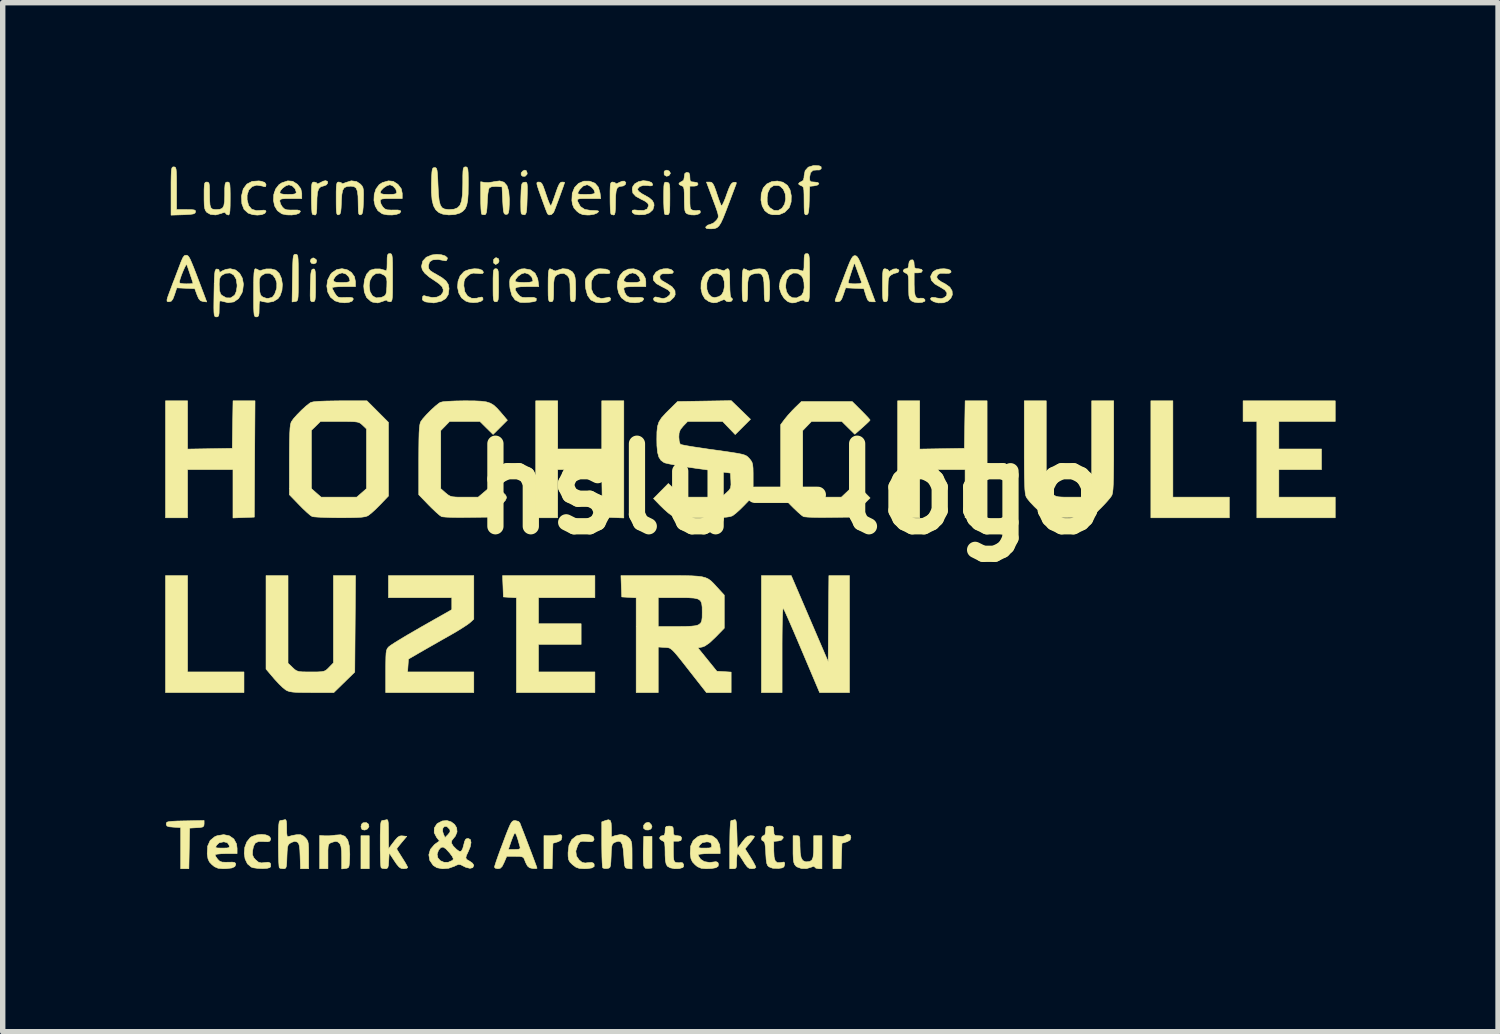
<source format=kicad_pcb>
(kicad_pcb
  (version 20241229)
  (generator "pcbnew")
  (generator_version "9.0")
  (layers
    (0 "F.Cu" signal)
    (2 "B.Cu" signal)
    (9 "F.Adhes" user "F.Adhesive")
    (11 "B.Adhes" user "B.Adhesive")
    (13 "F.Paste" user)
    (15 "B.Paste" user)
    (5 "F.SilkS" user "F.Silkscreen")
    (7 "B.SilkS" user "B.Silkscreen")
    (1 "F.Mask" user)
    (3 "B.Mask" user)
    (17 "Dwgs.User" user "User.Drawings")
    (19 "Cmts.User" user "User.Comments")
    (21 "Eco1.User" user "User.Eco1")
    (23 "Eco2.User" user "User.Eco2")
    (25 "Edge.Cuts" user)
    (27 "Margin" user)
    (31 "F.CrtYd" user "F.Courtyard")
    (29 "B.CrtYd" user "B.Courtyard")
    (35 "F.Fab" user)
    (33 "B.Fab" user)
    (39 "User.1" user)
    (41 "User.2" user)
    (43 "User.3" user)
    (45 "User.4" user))
  (footprint "hslu-logo"
    (layer "F.Cu")
    (at 11.537 5.974)
    (property "Reference" "hslu-logo" (at 0 0 0) (layer "F.SilkS") (effects (font (size 1.524 1.524) (thickness 0.3))))
    (attr through_hole)
    (fp_poly (pts (xy -7.772 7.01) (xy -7.925 7.01) (xy -7.925 6.401) (xy -7.772 6.401) (xy -7.772 7.01)) (stroke (width 0.01) (type solid)) (fill yes) (layer "F.SilkS"))
    (fp_poly (pts (xy -11.125 3.378) (xy -10.084 3.378) (xy -10.084 3.759) (xy -11.532 3.759) (xy -11.532 1.6) (xy -11.125 1.6) (xy -11.125 3.378)) (stroke (width 0.01) (type solid)) (fill yes) (layer "F.SilkS"))
    (fp_poly (pts (xy 7.061 0.152) (xy 8.103 0.152) (xy 8.103 0.533) (xy 6.655 0.533) (xy 6.655 -1.626) (xy 7.061 -1.626) (xy 7.061 0.152)) (stroke (width 0.01) (type solid)) (fill yes) (layer "F.SilkS"))
    (fp_poly (pts (xy -8.795 -4.262) (xy -8.753 -4.235) (xy -8.743 -4.213) (xy -8.754 -4.171) (xy -8.795 -4.154) (xy -8.839 -4.165) (xy -8.86 -4.2) (xy -8.848 -4.24) (xy -8.812 -4.263) (xy -8.795 -4.262)) (stroke (width 0.01) (type solid)) (fill yes) (layer "F.SilkS"))
    (fp_poly (pts (xy -5.386 -4.248) (xy -5.375 -4.205) (xy -5.392 -4.169) (xy -5.437 -4.142) (xy -5.471 -4.164) (xy -5.477 -4.177) (xy -5.478 -4.231) (xy -5.444 -4.264) (xy -5.424 -4.267) (xy -5.386 -4.248)) (stroke (width 0.01) (type solid)) (fill yes) (layer "F.SilkS"))
    (fp_poly (pts (xy -4.874 -5.874) (xy -4.856 -5.828) (xy -4.86 -5.806) (xy -4.894 -5.771) (xy -4.941 -5.771) (xy -4.967 -5.794) (xy -4.968 -5.832) (xy -4.939 -5.867) (xy -4.9 -5.884) (xy -4.874 -5.874)) (stroke (width 0.01) (type solid)) (fill yes) (layer "F.SilkS"))
    (fp_poly (pts (xy -7.785 6.188) (xy -7.777 6.233) (xy -7.804 6.276) (xy -7.853 6.297) (xy -7.9 6.289) (xy -7.907 6.283) (xy -7.925 6.237) (xy -7.913 6.187) (xy -7.887 6.163) (xy -7.826 6.158) (xy -7.785 6.188)) (stroke (width 0.01) (type solid)) (fill yes) (layer "F.SilkS"))
    (fp_poly (pts (xy -2.235 -5.867) (xy -2.214 -5.83) (xy -2.215 -5.82) (xy -2.242 -5.781) (xy -2.285 -5.771) (xy -2.322 -5.793) (xy -2.328 -5.804) (xy -2.329 -5.852) (xy -2.319 -5.87) (xy -2.278 -5.884) (xy -2.235 -5.867)) (stroke (width 0.01) (type solid)) (fill yes) (layer "F.SilkS"))
    (fp_poly (pts (xy -2.597 6.163) (xy -2.56 6.207) (xy -2.553 6.238) (xy -2.573 6.277) (xy -2.62 6.296) (xy -2.672 6.293) (xy -2.707 6.264) (xy -2.709 6.261) (xy -2.707 6.209) (xy -2.674 6.168) (xy -2.625 6.153) (xy -2.597 6.163)) (stroke (width 0.01) (type solid)) (fill yes) (layer "F.SilkS"))
    (fp_poly (pts (xy -2.553 6.998) (xy -2.622 7.006) (xy -2.676 7.002) (xy -2.702 6.966) (xy -2.705 6.955) (xy -2.711 6.904) (xy -2.714 6.818) (xy -2.714 6.71) (xy -2.713 6.655) (xy -2.705 6.413) (xy -2.553 6.413) (xy -2.553 6.998)) (stroke (width 0.01) (type solid)) (fill yes) (layer "F.SilkS"))
    (fp_poly (pts (xy -4.293 -0.737) (xy -3.48 -0.737) (xy -3.48 -1.626) (xy -3.073 -1.626) (xy -3.073 0.536) (xy -3.467 0.521) (xy -3.481 -0.356) (xy -4.293 -0.356) (xy -4.293 0.533) (xy -4.699 0.533) (xy -4.699 -1.626) (xy -4.293 -1.626) (xy -4.293 -0.737)) (stroke (width 0.01) (type solid)) (fill yes) (layer "F.SilkS"))
    (fp_poly (pts (xy 2.388 -0.735) (xy 3.213 -0.749) (xy 3.22 -1.187) (xy 3.227 -1.626) (xy 3.632 -1.626) (xy 3.632 0.533) (xy 3.226 0.533) (xy 3.226 -0.356) (xy 2.388 -0.356) (xy 2.388 0.533) (xy 1.981 0.533) (xy 1.981 -1.626) (xy 2.388 -1.626) (xy 2.388 -0.735)) (stroke (width 0.01) (type solid)) (fill yes) (layer "F.SilkS"))
    (fp_poly (pts (xy -11.125 -0.735) (xy -10.3 -0.749) (xy -10.293 -1.187) (xy -10.286 -1.626) (xy -9.88 -1.626) (xy -9.887 -0.552) (xy -9.893 0.521) (xy -10.287 0.536) (xy -10.287 -0.356) (xy -11.125 -0.356) (xy -11.125 0.533) (xy -11.532 0.533) (xy -11.532 -1.626) (xy -11.125 -1.626) (xy -11.125 -0.735)) (stroke (width 0.01) (type solid)) (fill yes) (layer "F.SilkS"))
    (fp_poly (pts (xy 10.058 -1.245) (xy 9.017 -1.245) (xy 9.017 -0.737) (xy 9.804 -0.737) (xy 9.804 -0.356) (xy 9.017 -0.356) (xy 9.017 0.152) (xy 10.058 0.152) (xy 10.058 0.533) (xy 8.611 0.533) (xy 8.611 -1.245) (xy 8.357 -1.245) (xy 8.357 -1.626) (xy 10.058 -1.626) (xy 10.058 -1.245)) (stroke (width 0.01) (type solid)) (fill yes) (layer "F.SilkS"))
    (fp_poly (pts (xy -4.218 6.4) (xy -4.216 6.431) (xy -4.229 6.479) (xy -4.277 6.509) (xy -4.299 6.516) (xy -4.381 6.54) (xy -4.389 6.775) (xy -4.396 7.01) (xy -4.547 7.01) (xy -4.547 6.4) (xy -4.451 6.402) (xy -4.366 6.399) (xy -4.29 6.388) (xy -4.286 6.387) (xy -4.236 6.38) (xy -4.218 6.4)) (stroke (width 0.01) (type solid)) (fill yes) (layer "F.SilkS"))
    (fp_poly (pts (xy -3.607 2.007) (xy -4.648 2.007) (xy -4.648 2.489) (xy -3.861 2.489) (xy -3.861 2.87) (xy -4.648 2.87) (xy -4.648 3.378) (xy -3.607 3.378) (xy -3.607 3.759) (xy -5.055 3.759) (xy -5.055 2.009) (xy -5.175 2.002) (xy -5.296 1.994) (xy -5.303 1.797) (xy -5.311 1.6) (xy -3.607 1.6) (xy -3.607 2.007)) (stroke (width 0.01) (type solid)) (fill yes) (layer "F.SilkS"))
    (fp_poly (pts (xy 1.108 6.393) (xy 1.118 6.434) (xy 1.103 6.481) (xy 1.052 6.511) (xy 1.035 6.516) (xy 0.953 6.54) (xy 0.945 6.775) (xy 0.938 7.01) (xy 0.787 7.01) (xy 0.787 6.394) (xy 0.887 6.41) (xy 0.957 6.415) (xy 1 6.405) (xy 1.003 6.401) (xy 1.039 6.379) (xy 1.068 6.375) (xy 1.108 6.393)) (stroke (width 0.01) (type solid)) (fill yes) (layer "F.SilkS"))
    (fp_poly (pts (xy -10.82 6.183) (xy -10.825 6.22) (xy -10.847 6.24) (xy -10.899 6.25) (xy -10.954 6.253) (xy -11.087 6.261) (xy -11.094 6.636) (xy -11.101 7.01) (xy -11.252 7.01) (xy -11.252 6.251) (xy -11.386 6.243) (xy -11.464 6.236) (xy -11.505 6.222) (xy -11.518 6.197) (xy -11.519 6.185) (xy -11.516 6.165) (xy -11.502 6.15) (xy -11.469 6.141) (xy -11.41 6.135) (xy -11.316 6.13) (xy -11.179 6.127) (xy -11.17 6.127) (xy -10.82 6.12) (xy -10.82 6.183)) (stroke (width 0.01) (type solid)) (fill yes) (layer "F.SilkS"))
    (fp_poly (pts (xy -2.28 -5.66) (xy -2.255 -5.654) (xy -2.239 -5.639) (xy -2.229 -5.606) (xy -2.224 -5.547) (xy -2.223 -5.452) (xy -2.223 -5.36) (xy -2.224 -5.231) (xy -2.227 -5.145) (xy -2.235 -5.093) (xy -2.248 -5.068) (xy -2.262 -5.06) (xy -2.307 -5.064) (xy -2.319 -5.071) (xy -2.326 -5.102) (xy -2.332 -5.173) (xy -2.336 -5.273) (xy -2.337 -5.378) (xy -2.336 -5.503) (xy -2.334 -5.585) (xy -2.328 -5.633) (xy -2.317 -5.656) (xy -2.299 -5.662) (xy -2.28 -5.66)) (stroke (width 0.01) (type solid)) (fill yes) (layer "F.SilkS"))
    (fp_poly (pts (xy -9.113 -4.328) (xy -9.099 -4.317) (xy -9.09 -4.289) (xy -9.085 -4.238) (xy -9.082 -4.156) (xy -9.081 -4.036) (xy -9.081 -3.899) (xy -9.081 -3.742) (xy -9.082 -3.628) (xy -9.085 -3.551) (xy -9.091 -3.502) (xy -9.101 -3.476) (xy -9.115 -3.464) (xy -9.136 -3.459) (xy -9.138 -3.459) (xy -9.196 -3.451) (xy -9.189 -3.891) (xy -9.186 -4.05) (xy -9.183 -4.165) (xy -9.179 -4.244) (xy -9.172 -4.292) (xy -9.162 -4.319) (xy -9.148 -4.329) (xy -9.131 -4.331) (xy -9.113 -4.328)) (stroke (width 0.01) (type solid)) (fill yes) (layer "F.SilkS"))
    (fp_poly (pts (xy -8.789 -4.059) (xy -8.776 -4.043) (xy -8.768 -4.004) (xy -8.764 -3.934) (xy -8.763 -3.824) (xy -8.763 -3.761) (xy -8.763 -3.632) (xy -8.766 -3.545) (xy -8.772 -3.493) (xy -8.782 -3.466) (xy -8.798 -3.456) (xy -8.815 -3.454) (xy -8.837 -3.457) (xy -8.851 -3.471) (xy -8.859 -3.504) (xy -8.862 -3.565) (xy -8.861 -3.662) (xy -8.859 -3.753) (xy -8.855 -3.881) (xy -8.85 -3.968) (xy -8.841 -4.02) (xy -8.829 -4.048) (xy -8.81 -4.059) (xy -8.807 -4.059) (xy -8.789 -4.059)) (stroke (width 0.01) (type solid)) (fill yes) (layer "F.SilkS"))
    (fp_poly (pts (xy -5.414 -4.061) (xy -5.4 -4.046) (xy -5.391 -4.012) (xy -5.387 -3.949) (xy -5.385 -3.849) (xy -5.385 -3.759) (xy -5.385 -3.631) (xy -5.388 -3.544) (xy -5.393 -3.492) (xy -5.404 -3.465) (xy -5.421 -3.455) (xy -5.436 -3.454) (xy -5.457 -3.457) (xy -5.471 -3.472) (xy -5.48 -3.507) (xy -5.485 -3.57) (xy -5.486 -3.669) (xy -5.486 -3.759) (xy -5.486 -3.888) (xy -5.483 -3.974) (xy -5.478 -4.026) (xy -5.467 -4.053) (xy -5.451 -4.063) (xy -5.436 -4.064) (xy -5.414 -4.061)) (stroke (width 0.01) (type solid)) (fill yes) (layer "F.SilkS"))
    (fp_poly (pts (xy -4.867 -5.654) (xy -4.858 -5.628) (xy -4.854 -5.576) (xy -4.854 -5.489) (xy -4.857 -5.368) (xy -4.861 -5.239) (xy -4.866 -5.152) (xy -4.875 -5.099) (xy -4.887 -5.071) (xy -4.906 -5.06) (xy -4.909 -5.059) (xy -4.953 -5.069) (xy -4.967 -5.086) (xy -4.972 -5.125) (xy -4.974 -5.203) (xy -4.975 -5.306) (xy -4.973 -5.387) (xy -4.969 -5.505) (xy -4.964 -5.582) (xy -4.955 -5.627) (xy -4.941 -5.649) (xy -4.918 -5.658) (xy -4.908 -5.66) (xy -4.883 -5.662) (xy -4.867 -5.654)) (stroke (width 0.01) (type solid)) (fill yes) (layer "F.SilkS"))
    (fp_poly (pts (xy 0.699 3.188) (xy 0.705 2.394) (xy 0.712 1.6) (xy 1.092 1.6) (xy 1.092 3.759) (xy 0.541 3.759) (xy 0.216 2.991) (xy 0.137 2.805) (xy 0.064 2.634) (xy -0.001 2.484) (xy -0.056 2.359) (xy -0.098 2.266) (xy -0.124 2.211) (xy -0.131 2.198) (xy -0.136 2.217) (xy -0.141 2.28) (xy -0.145 2.383) (xy -0.149 2.519) (xy -0.151 2.683) (xy -0.152 2.869) (xy -0.152 2.967) (xy -0.152 3.759) (xy -0.533 3.759) (xy -0.533 1.6) (xy 0.017 1.6) (xy 0.699 3.188)) (stroke (width 0.01) (type solid)) (fill yes) (layer "F.SilkS"))
    (fp_poly (pts (xy -11.36 -5.941) (xy -11.346 -5.929) (xy -11.337 -5.899) (xy -11.332 -5.845) (xy -11.329 -5.759) (xy -11.328 -5.633) (xy -11.328 -5.55) (xy -11.328 -5.156) (xy -11.149 -5.156) (xy -11.055 -5.155) (xy -11.002 -5.149) (xy -10.979 -5.135) (xy -10.978 -5.112) (xy -10.978 -5.112) (xy -10.989 -5.09) (xy -11.02 -5.075) (xy -11.079 -5.067) (xy -11.178 -5.061) (xy -11.208 -5.06) (xy -11.43 -5.053) (xy -11.43 -5.498) (xy -11.43 -5.658) (xy -11.428 -5.775) (xy -11.425 -5.854) (xy -11.42 -5.904) (xy -11.41 -5.931) (xy -11.397 -5.942) (xy -11.379 -5.944) (xy -11.36 -5.941)) (stroke (width 0.01) (type solid)) (fill yes) (layer "F.SilkS"))
    (fp_poly (pts (xy -8.542 -5.676) (xy -8.539 -5.644) (xy -8.564 -5.611) (xy -8.611 -5.593) (xy -8.667 -5.577) (xy -8.704 -5.541) (xy -8.726 -5.476) (xy -8.736 -5.375) (xy -8.738 -5.278) (xy -8.74 -5.165) (xy -8.746 -5.095) (xy -8.759 -5.061) (xy -8.771 -5.055) (xy -8.815 -5.066) (xy -8.822 -5.072) (xy -8.829 -5.102) (xy -8.834 -5.173) (xy -8.838 -5.273) (xy -8.839 -5.376) (xy -8.839 -5.501) (xy -8.836 -5.583) (xy -8.83 -5.632) (xy -8.818 -5.656) (xy -8.8 -5.664) (xy -8.788 -5.664) (xy -8.747 -5.653) (xy -8.738 -5.637) (xy -8.72 -5.63) (xy -8.681 -5.65) (xy -8.621 -5.68) (xy -8.578 -5.69) (xy -8.542 -5.676)) (stroke (width 0.01) (type solid)) (fill yes) (layer "F.SilkS"))
    (fp_poly (pts (xy -3.035 -5.653) (xy -3.045 -5.618) (xy -3.082 -5.592) (xy -3.109 -5.588) (xy -3.16 -5.581) (xy -3.194 -5.554) (xy -3.214 -5.499) (xy -3.224 -5.409) (xy -3.226 -5.291) (xy -3.228 -5.174) (xy -3.234 -5.1) (xy -3.245 -5.063) (xy -3.26 -5.055) (xy -3.303 -5.066) (xy -3.31 -5.072) (xy -3.317 -5.102) (xy -3.323 -5.173) (xy -3.326 -5.273) (xy -3.327 -5.376) (xy -3.327 -5.501) (xy -3.324 -5.583) (xy -3.318 -5.632) (xy -3.306 -5.656) (xy -3.288 -5.664) (xy -3.277 -5.664) (xy -3.235 -5.653) (xy -3.226 -5.638) (xy -3.208 -5.632) (xy -3.165 -5.652) (xy -3.162 -5.654) (xy -3.105 -5.679) (xy -3.061 -5.681) (xy -3.035 -5.653)) (stroke (width 0.01) (type solid)) (fill yes) (layer "F.SilkS"))
    (fp_poly (pts (xy -9.764 -5.678) (xy -9.701 -5.657) (xy -9.678 -5.621) (xy -9.677 -5.613) (xy -9.684 -5.58) (xy -9.713 -5.579) (xy -9.745 -5.59) (xy -9.848 -5.607) (xy -9.933 -5.581) (xy -9.995 -5.517) (xy -10.026 -5.421) (xy -10.026 -5.338) (xy -9.998 -5.23) (xy -9.942 -5.163) (xy -9.857 -5.137) (xy -9.786 -5.14) (xy -9.714 -5.146) (xy -9.682 -5.136) (xy -9.677 -5.12) (xy -9.7 -5.085) (xy -9.757 -5.062) (xy -9.836 -5.054) (xy -9.922 -5.062) (xy -10 -5.088) (xy -10.01 -5.093) (xy -10.083 -5.16) (xy -10.123 -5.263) (xy -10.13 -5.397) (xy -10.129 -5.411) (xy -10.097 -5.537) (xy -10.031 -5.626) (xy -9.934 -5.676) (xy -9.809 -5.685) (xy -9.764 -5.678)) (stroke (width 0.01) (type solid)) (fill yes) (layer "F.SilkS"))
    (fp_poly (pts (xy -8.221 6.412) (xy -8.169 6.48) (xy -8.14 6.59) (xy -8.131 6.743) (xy -8.133 6.807) (xy -8.138 6.904) (xy -8.145 6.962) (xy -8.16 6.991) (xy -8.186 7.002) (xy -8.211 7.006) (xy -8.28 7.014) (xy -8.28 6.798) (xy -8.283 6.68) (xy -8.293 6.602) (xy -8.31 6.555) (xy -8.32 6.542) (xy -8.359 6.511) (xy -8.4 6.506) (xy -8.463 6.525) (xy -8.469 6.527) (xy -8.5 6.541) (xy -8.519 6.562) (xy -8.53 6.601) (xy -8.534 6.668) (xy -8.534 6.775) (xy -8.534 7.01) (xy -8.687 7.01) (xy -8.687 6.396) (xy -8.592 6.403) (xy -8.498 6.402) (xy -8.403 6.391) (xy -8.399 6.39) (xy -8.297 6.383) (xy -8.221 6.412)) (stroke (width 0.01) (type solid)) (fill yes) (layer "F.SilkS"))
    (fp_poly (pts (xy -9.271 3.216) (xy -9.187 3.297) (xy -9.147 3.334) (xy -9.111 3.357) (xy -9.067 3.371) (xy -9.001 3.377) (xy -8.902 3.378) (xy -8.849 3.378) (xy -8.734 3.378) (xy -8.656 3.374) (xy -8.605 3.364) (xy -8.569 3.346) (xy -8.534 3.315) (xy -8.514 3.294) (xy -8.433 3.211) (xy -8.433 1.6) (xy -8.025 1.6) (xy -8.032 2.49) (xy -8.039 3.381) (xy -8.426 3.759) (xy -8.83 3.759) (xy -8.986 3.758) (xy -9.101 3.756) (xy -9.182 3.75) (xy -9.24 3.741) (xy -9.282 3.727) (xy -9.312 3.711) (xy -9.365 3.669) (xy -9.436 3.601) (xy -9.513 3.518) (xy -9.534 3.494) (xy -9.677 3.325) (xy -9.677 1.6) (xy -9.271 1.6) (xy -9.271 3.216)) (stroke (width 0.01) (type solid)) (fill yes) (layer "F.SilkS"))
    (fp_poly (pts (xy 0.148 6.403) (xy 0.167 6.419) (xy 0.175 6.458) (xy 0.178 6.532) (xy 0.178 6.577) (xy 0.183 6.712) (xy 0.199 6.804) (xy 0.229 6.858) (xy 0.275 6.881) (xy 0.299 6.883) (xy 0.359 6.877) (xy 0.398 6.851) (xy 0.42 6.798) (xy 0.43 6.709) (xy 0.432 6.612) (xy 0.432 6.401) (xy 0.584 6.401) (xy 0.584 7.01) (xy 0.523 7.01) (xy 0.472 7) (xy 0.452 6.981) (xy 0.432 6.965) (xy 0.388 6.981) (xy 0.3 7.008) (xy 0.205 7.006) (xy 0.124 6.977) (xy 0.102 6.96) (xy 0.078 6.93) (xy 0.063 6.889) (xy 0.055 6.827) (xy 0.051 6.733) (xy 0.051 6.655) (xy 0.051 6.401) (xy 0.114 6.401) (xy 0.148 6.403)) (stroke (width 0.01) (type solid)) (fill yes) (layer "F.SilkS"))
    (fp_poly (pts (xy 1.797 -4.05) (xy 1.811 -4.032) (xy 1.828 -4.013) (xy 1.856 -4.032) (xy 1.905 -4.058) (xy 1.959 -4.063) (xy 1.998 -4.046) (xy 2.007 -4.026) (xy 1.986 -3.994) (xy 1.961 -3.988) (xy 1.907 -3.974) (xy 1.86 -3.948) (xy 1.833 -3.925) (xy 1.816 -3.892) (xy 1.807 -3.84) (xy 1.804 -3.756) (xy 1.803 -3.682) (xy 1.803 -3.573) (xy 1.799 -3.506) (xy 1.789 -3.471) (xy 1.772 -3.457) (xy 1.753 -3.454) (xy 1.731 -3.457) (xy 1.717 -3.472) (xy 1.708 -3.507) (xy 1.704 -3.57) (xy 1.702 -3.669) (xy 1.702 -3.759) (xy 1.702 -3.888) (xy 1.705 -3.974) (xy 1.711 -4.027) (xy 1.721 -4.054) (xy 1.738 -4.063) (xy 1.75 -4.064) (xy 1.797 -4.05)) (stroke (width 0.01) (type solid)) (fill yes) (layer "F.SilkS"))
    (fp_poly (pts (xy -5.748 -4.059) (xy -5.689 -4.037) (xy -5.664 -4.001) (xy -5.664 -3.998) (xy -5.677 -3.977) (xy -5.723 -3.973) (xy -5.774 -3.978) (xy -5.853 -3.983) (xy -5.909 -3.966) (xy -5.956 -3.931) (xy -6.002 -3.883) (xy -6.022 -3.829) (xy -6.026 -3.749) (xy -6.007 -3.637) (xy -5.956 -3.558) (xy -5.88 -3.518) (xy -5.786 -3.52) (xy -5.756 -3.53) (xy -5.696 -3.541) (xy -5.675 -3.527) (xy -5.673 -3.491) (xy -5.71 -3.462) (xy -5.774 -3.444) (xy -5.853 -3.438) (xy -5.935 -3.448) (xy -5.989 -3.466) (xy -6.069 -3.527) (xy -6.12 -3.617) (xy -6.142 -3.723) (xy -6.133 -3.832) (xy -6.095 -3.931) (xy -6.026 -4.007) (xy -5.998 -4.024) (xy -5.916 -4.053) (xy -5.828 -4.064) (xy -5.748 -4.059)) (stroke (width 0.01) (type solid)) (fill yes) (layer "F.SilkS"))
    (fp_poly (pts (xy -3.405 -4.057) (xy -3.345 -4.034) (xy -3.327 -3.998) (xy -3.34 -3.977) (xy -3.386 -3.973) (xy -3.436 -3.978) (xy -3.543 -3.975) (xy -3.619 -3.93) (xy -3.665 -3.846) (xy -3.674 -3.804) (xy -3.673 -3.693) (xy -3.636 -3.603) (xy -3.572 -3.541) (xy -3.488 -3.514) (xy -3.397 -3.528) (xy -3.345 -3.54) (xy -3.32 -3.521) (xy -3.317 -3.516) (xy -3.324 -3.477) (xy -3.371 -3.45) (xy -3.448 -3.436) (xy -3.544 -3.438) (xy -3.597 -3.447) (xy -3.682 -3.488) (xy -3.742 -3.571) (xy -3.775 -3.692) (xy -3.78 -3.734) (xy -3.784 -3.82) (xy -3.777 -3.876) (xy -3.752 -3.92) (xy -3.703 -3.973) (xy -3.701 -3.975) (xy -3.634 -4.033) (xy -3.572 -4.059) (xy -3.51 -4.064) (xy -3.405 -4.057)) (stroke (width 0.01) (type solid)) (fill yes) (layer "F.SilkS"))
    (fp_poly (pts (xy -5.842 2.403) (xy -5.912 2.468) (xy -5.959 2.504) (xy -6.04 2.557) (xy -6.146 2.623) (xy -6.266 2.693) (xy -6.312 2.719) (xy -6.45 2.797) (xy -6.593 2.879) (xy -6.725 2.954) (xy -6.831 3.015) (xy -6.845 3.023) (xy -7.048 3.141) (xy -7.064 3.378) (xy -5.842 3.378) (xy -5.842 3.759) (xy -7.468 3.759) (xy -7.468 3.364) (xy -7.467 3.214) (xy -7.465 3.106) (xy -7.461 3.031) (xy -7.453 2.982) (xy -7.44 2.949) (xy -7.421 2.924) (xy -7.41 2.913) (xy -7.373 2.885) (xy -7.298 2.836) (xy -7.192 2.771) (xy -7.062 2.693) (xy -6.915 2.608) (xy -6.801 2.542) (xy -6.248 2.228) (xy -6.248 2.007) (xy -7.417 2.007) (xy -7.417 1.6) (xy -5.842 1.6) (xy -5.842 2.403)) (stroke (width 0.01) (type solid)) (fill yes) (layer "F.SilkS"))
    (fp_poly (pts (xy -9.682 6.385) (xy -9.621 6.41) (xy -9.592 6.448) (xy -9.592 6.472) (xy -9.608 6.501) (xy -9.643 6.512) (xy -9.712 6.51) (xy -9.725 6.508) (xy -9.817 6.509) (xy -9.875 6.536) (xy -9.909 6.6) (xy -9.924 6.677) (xy -9.927 6.752) (xy -9.905 6.805) (xy -9.87 6.845) (xy -9.816 6.89) (xy -9.762 6.903) (xy -9.705 6.897) (xy -9.638 6.89) (xy -9.603 6.903) (xy -9.591 6.924) (xy -9.592 6.972) (xy -9.607 6.989) (xy -9.658 7.003) (xy -9.739 7.008) (xy -9.829 7.004) (xy -9.91 6.993) (xy -9.949 6.98) (xy -10.02 6.92) (xy -10.063 6.831) (xy -10.079 6.725) (xy -10.069 6.615) (xy -10.032 6.516) (xy -9.97 6.438) (xy -9.935 6.415) (xy -9.851 6.386) (xy -9.763 6.377) (xy -9.682 6.385)) (stroke (width 0.01) (type solid)) (fill yes) (layer "F.SilkS"))
    (fp_poly (pts (xy -3.698 6.386) (xy -3.639 6.417) (xy -3.622 6.464) (xy -3.624 6.473) (xy -3.639 6.501) (xy -3.674 6.512) (xy -3.743 6.51) (xy -3.759 6.508) (xy -3.834 6.503) (xy -3.877 6.513) (xy -3.905 6.544) (xy -3.922 6.574) (xy -3.959 6.683) (xy -3.947 6.777) (xy -3.897 6.849) (xy -3.843 6.893) (xy -3.787 6.905) (xy -3.735 6.899) (xy -3.667 6.894) (xy -3.632 6.908) (xy -3.621 6.926) (xy -3.62 6.969) (xy -3.66 6.995) (xy -3.743 7.008) (xy -3.803 7.01) (xy -3.893 7.005) (xy -3.956 6.983) (xy -4.018 6.937) (xy -4.019 6.936) (xy -4.067 6.889) (xy -4.092 6.843) (xy -4.101 6.78) (xy -4.102 6.714) (xy -4.085 6.574) (xy -4.032 6.471) (xy -3.946 6.404) (xy -3.826 6.376) (xy -3.794 6.375) (xy -3.698 6.386)) (stroke (width 0.01) (type solid)) (fill yes) (layer "F.SilkS"))
    (fp_poly (pts (xy -4.174 -5.661) (xy -4.166 -5.658) (xy -4.174 -5.629) (xy -4.196 -5.565) (xy -4.228 -5.477) (xy -4.264 -5.377) (xy -4.301 -5.278) (xy -4.334 -5.19) (xy -4.359 -5.127) (xy -4.37 -5.102) (xy -4.41 -5.063) (xy -4.455 -5.057) (xy -4.481 -5.077) (xy -4.495 -5.109) (xy -4.522 -5.178) (xy -4.557 -5.274) (xy -4.596 -5.382) (xy -4.639 -5.502) (xy -4.666 -5.582) (xy -4.678 -5.63) (xy -4.676 -5.654) (xy -4.662 -5.663) (xy -4.64 -5.664) (xy -4.61 -5.659) (xy -4.586 -5.636) (xy -4.561 -5.587) (xy -4.531 -5.503) (xy -4.508 -5.435) (xy -4.475 -5.339) (xy -4.446 -5.267) (xy -4.425 -5.229) (xy -4.418 -5.226) (xy -4.403 -5.257) (xy -4.377 -5.325) (xy -4.345 -5.416) (xy -4.332 -5.455) (xy -4.295 -5.56) (xy -4.265 -5.625) (xy -4.238 -5.657) (xy -4.214 -5.664) (xy -4.174 -5.661)) (stroke (width 0.01) (type solid)) (fill yes) (layer "F.SilkS"))
    (fp_poly (pts (xy -0.137 -5.661) (xy -0.053 -5.603) (xy -0.005 -5.52) (xy 0.018 -5.411) (xy 0.015 -5.297) (xy -0.017 -5.199) (xy -0.024 -5.187) (xy -0.104 -5.105) (xy -0.208 -5.061) (xy -0.326 -5.06) (xy -0.399 -5.08) (xy -0.47 -5.134) (xy -0.519 -5.222) (xy -0.535 -5.298) (xy -0.427 -5.298) (xy -0.413 -5.24) (xy -0.379 -5.192) (xy -0.378 -5.191) (xy -0.303 -5.141) (xy -0.224 -5.138) (xy -0.154 -5.18) (xy -0.105 -5.257) (xy -0.086 -5.35) (xy -0.094 -5.446) (xy -0.128 -5.529) (xy -0.185 -5.586) (xy -0.218 -5.599) (xy -0.305 -5.6) (xy -0.371 -5.556) (xy -0.413 -5.472) (xy -0.427 -5.385) (xy -0.427 -5.298) (xy -0.535 -5.298) (xy -0.542 -5.33) (xy -0.537 -5.445) (xy -0.5 -5.554) (xy -0.5 -5.554) (xy -0.435 -5.628) (xy -0.343 -5.672) (xy -0.239 -5.683) (xy -0.137 -5.661)) (stroke (width 0.01) (type solid)) (fill yes) (layer "F.SilkS"))
    (fp_poly (pts (xy -5.285 -5.661) (xy -5.23 -5.598) (xy -5.197 -5.493) (xy -5.185 -5.345) (xy -5.187 -5.251) (xy -5.192 -5.155) (xy -5.201 -5.1) (xy -5.216 -5.074) (xy -5.241 -5.067) (xy -5.245 -5.067) (xy -5.268 -5.071) (xy -5.284 -5.09) (xy -5.295 -5.131) (xy -5.302 -5.205) (xy -5.309 -5.321) (xy -5.309 -5.321) (xy -5.321 -5.575) (xy -5.425 -5.583) (xy -5.508 -5.579) (xy -5.557 -5.557) (xy -5.557 -5.556) (xy -5.571 -5.516) (xy -5.583 -5.44) (xy -5.591 -5.34) (xy -5.593 -5.295) (xy -5.599 -5.182) (xy -5.607 -5.111) (xy -5.621 -5.073) (xy -5.64 -5.06) (xy -5.685 -5.064) (xy -5.697 -5.071) (xy -5.704 -5.102) (xy -5.71 -5.173) (xy -5.714 -5.273) (xy -5.715 -5.379) (xy -5.715 -5.67) (xy -5.645 -5.657) (xy -5.575 -5.654) (xy -5.49 -5.666) (xy -5.469 -5.671) (xy -5.364 -5.685) (xy -5.285 -5.661)) (stroke (width 0.01) (type solid)) (fill yes) (layer "F.SilkS"))
    (fp_poly (pts (xy 2.904 -4.056) (xy 2.952 -4.037) (xy 2.968 -4.008) (xy 2.962 -3.993) (xy 2.929 -3.979) (xy 2.867 -3.978) (xy 2.85 -3.98) (xy 2.771 -3.981) (xy 2.723 -3.956) (xy 2.72 -3.952) (xy 2.702 -3.91) (xy 2.723 -3.868) (xy 2.787 -3.822) (xy 2.86 -3.784) (xy 2.944 -3.724) (xy 2.986 -3.655) (xy 2.991 -3.583) (xy 2.962 -3.518) (xy 2.906 -3.466) (xy 2.827 -3.435) (xy 2.73 -3.433) (xy 2.648 -3.455) (xy 2.596 -3.488) (xy 2.588 -3.518) (xy 2.616 -3.536) (xy 2.675 -3.532) (xy 2.697 -3.525) (xy 2.782 -3.512) (xy 2.836 -3.528) (xy 2.886 -3.569) (xy 2.891 -3.62) (xy 2.852 -3.673) (xy 2.781 -3.717) (xy 2.667 -3.783) (xy 2.603 -3.852) (xy 2.589 -3.923) (xy 2.626 -3.996) (xy 2.642 -4.013) (xy 2.692 -4.043) (xy 2.761 -4.06) (xy 2.836 -4.064) (xy 2.904 -4.056)) (stroke (width 0.01) (type solid)) (fill yes) (layer "F.SilkS"))
    (fp_poly (pts (xy -2.621 -5.679) (xy -2.56 -5.654) (xy -2.54 -5.62) (xy -2.551 -5.596) (xy -2.593 -5.593) (xy -2.629 -5.599) (xy -2.713 -5.602) (xy -2.78 -5.581) (xy -2.816 -5.541) (xy -2.819 -5.524) (xy -2.798 -5.492) (xy -2.745 -5.452) (xy -2.711 -5.433) (xy -2.609 -5.376) (xy -2.548 -5.324) (xy -2.519 -5.271) (xy -2.515 -5.23) (xy -2.537 -5.153) (xy -2.599 -5.096) (xy -2.689 -5.063) (xy -2.8 -5.059) (xy -2.877 -5.072) (xy -2.914 -5.1) (xy -2.921 -5.122) (xy -2.911 -5.144) (xy -2.874 -5.15) (xy -2.806 -5.142) (xy -2.703 -5.14) (xy -2.64 -5.169) (xy -2.616 -5.229) (xy -2.616 -5.237) (xy -2.634 -5.276) (xy -2.692 -5.317) (xy -2.754 -5.347) (xy -2.852 -5.401) (xy -2.906 -5.46) (xy -2.918 -5.531) (xy -2.911 -5.573) (xy -2.874 -5.629) (xy -2.803 -5.671) (xy -2.717 -5.689) (xy -2.71 -5.689) (xy -2.621 -5.679)) (stroke (width 0.01) (type solid)) (fill yes) (layer "F.SilkS"))
    (fp_poly (pts (xy -2.2 -4.05) (xy -2.163 -4.018) (xy -2.159 -4) (xy -2.178 -3.978) (xy -2.24 -3.971) (xy -2.28 -3.971) (xy -2.354 -3.971) (xy -2.391 -3.959) (xy -2.406 -3.931) (xy -2.408 -3.919) (xy -2.404 -3.881) (xy -2.372 -3.847) (xy -2.303 -3.806) (xy -2.287 -3.798) (xy -2.182 -3.73) (xy -2.129 -3.659) (xy -2.125 -3.584) (xy -2.147 -3.539) (xy -2.222 -3.467) (xy -2.325 -3.436) (xy -2.451 -3.447) (xy -2.513 -3.472) (xy -2.526 -3.506) (xy -2.518 -3.525) (xy -2.492 -3.543) (xy -2.441 -3.536) (xy -2.417 -3.528) (xy -2.349 -3.513) (xy -2.295 -3.528) (xy -2.273 -3.541) (xy -2.222 -3.586) (xy -2.216 -3.629) (xy -2.256 -3.673) (xy -2.344 -3.72) (xy -2.367 -3.731) (xy -2.472 -3.789) (xy -2.527 -3.853) (xy -2.531 -3.921) (xy -2.484 -3.995) (xy -2.478 -4.002) (xy -2.417 -4.041) (xy -2.341 -4.062) (xy -2.264 -4.065) (xy -2.2 -4.05)) (stroke (width 0.01) (type solid)) (fill yes) (layer "F.SilkS"))
    (fp_poly (pts (xy 2.282 -4.192) (xy 2.286 -4.136) (xy 2.293 -4.085) (xy 2.324 -4.066) (xy 2.362 -4.064) (xy 2.423 -4.053) (xy 2.438 -4.026) (xy 2.416 -3.996) (xy 2.362 -3.988) (xy 2.286 -3.988) (xy 2.286 -3.775) (xy 2.29 -3.65) (xy 2.304 -3.57) (xy 2.33 -3.527) (xy 2.372 -3.516) (xy 2.405 -3.521) (xy 2.451 -3.519) (xy 2.483 -3.498) (xy 2.486 -3.469) (xy 2.482 -3.464) (xy 2.433 -3.443) (xy 2.36 -3.438) (xy 2.285 -3.448) (xy 2.242 -3.467) (xy 2.214 -3.491) (xy 2.197 -3.523) (xy 2.188 -3.575) (xy 2.185 -3.658) (xy 2.184 -3.738) (xy 2.183 -3.847) (xy 2.179 -3.916) (xy 2.169 -3.955) (xy 2.151 -3.974) (xy 2.134 -3.98) (xy 2.092 -4.006) (xy 2.083 -4.029) (xy 2.104 -4.057) (xy 2.134 -4.064) (xy 2.171 -4.077) (xy 2.184 -4.122) (xy 2.184 -4.137) (xy 2.195 -4.195) (xy 2.22 -4.225) (xy 2.261 -4.228) (xy 2.282 -4.192)) (stroke (width 0.01) (type solid)) (fill yes) (layer "F.SilkS"))
    (fp_poly (pts (xy -1.87 -5.832) (xy -1.856 -5.793) (xy -1.854 -5.753) (xy -1.85 -5.693) (xy -1.828 -5.669) (xy -1.778 -5.664) (xy -1.718 -5.653) (xy -1.702 -5.626) (xy -1.725 -5.596) (xy -1.778 -5.588) (xy -1.854 -5.588) (xy -1.854 -5.373) (xy -1.853 -5.268) (xy -1.849 -5.203) (xy -1.838 -5.167) (xy -1.818 -5.15) (xy -1.792 -5.142) (xy -1.735 -5.135) (xy -1.705 -5.142) (xy -1.671 -5.139) (xy -1.662 -5.128) (xy -1.663 -5.095) (xy -1.7 -5.071) (xy -1.76 -5.057) (xy -1.83 -5.058) (xy -1.895 -5.074) (xy -1.911 -5.082) (xy -1.933 -5.102) (xy -1.946 -5.139) (xy -1.953 -5.203) (xy -1.956 -5.305) (xy -1.956 -5.345) (xy -1.957 -5.457) (xy -1.961 -5.528) (xy -1.97 -5.568) (xy -1.987 -5.588) (xy -2.007 -5.595) (xy -2.048 -5.616) (xy -2.057 -5.633) (xy -2.036 -5.659) (xy -2.007 -5.672) (xy -1.968 -5.699) (xy -1.956 -5.76) (xy -1.956 -5.763) (xy -1.948 -5.82) (xy -1.92 -5.841) (xy -1.905 -5.842) (xy -1.87 -5.832)) (stroke (width 0.01) (type solid)) (fill yes) (layer "F.SilkS"))
    (fp_poly (pts (xy -1.002 6.126) (xy -0.994 6.175) (xy -0.989 6.26) (xy -0.985 6.367) (xy -0.978 6.642) (xy -0.89 6.521) (xy -0.831 6.448) (xy -0.783 6.411) (xy -0.732 6.401) (xy -0.732 6.401) (xy -0.68 6.405) (xy -0.66 6.416) (xy -0.675 6.442) (xy -0.713 6.494) (xy -0.748 6.537) (xy -0.835 6.643) (xy -0.735 6.8) (xy -0.686 6.881) (xy -0.651 6.946) (xy -0.635 6.982) (xy -0.635 6.984) (xy -0.657 7.003) (xy -0.71 7.01) (xy -0.756 7.004) (xy -0.794 6.977) (xy -0.837 6.921) (xy -0.868 6.871) (xy -0.914 6.799) (xy -0.951 6.748) (xy -0.971 6.731) (xy -0.982 6.754) (xy -0.989 6.813) (xy -0.991 6.871) (xy -0.992 6.951) (xy -1.001 6.992) (xy -1.022 7.008) (xy -1.054 7.01) (xy -1.118 7.01) (xy -1.118 6.566) (xy -1.116 6.416) (xy -1.113 6.289) (xy -1.107 6.193) (xy -1.1 6.135) (xy -1.094 6.121) (xy -1.052 6.113) (xy -1.032 6.106) (xy -1.014 6.106) (xy -1.002 6.126)) (stroke (width 0.01) (type solid)) (fill yes) (layer "F.SilkS"))
    (fp_poly (pts (xy -0.33 6.228) (xy -0.309 6.253) (xy -0.305 6.312) (xy -0.301 6.371) (xy -0.279 6.396) (xy -0.224 6.401) (xy -0.214 6.401) (xy -0.153 6.406) (xy -0.131 6.425) (xy -0.132 6.445) (xy -0.164 6.483) (xy -0.222 6.498) (xy -0.305 6.506) (xy -0.305 6.679) (xy -0.299 6.793) (xy -0.279 6.864) (xy -0.242 6.897) (xy -0.183 6.898) (xy -0.165 6.894) (xy -0.117 6.887) (xy -0.103 6.907) (xy -0.106 6.937) (xy -0.118 6.976) (xy -0.151 6.995) (xy -0.219 7.005) (xy -0.229 7.005) (xy -0.327 7.001) (xy -0.394 6.975) (xy -0.42 6.949) (xy -0.436 6.907) (xy -0.446 6.838) (xy -0.453 6.731) (xy -0.453 6.72) (xy -0.46 6.609) (xy -0.47 6.54) (xy -0.485 6.508) (xy -0.498 6.502) (xy -0.527 6.481) (xy -0.533 6.452) (xy -0.518 6.41) (xy -0.495 6.401) (xy -0.467 6.382) (xy -0.457 6.32) (xy -0.457 6.312) (xy -0.453 6.252) (xy -0.431 6.228) (xy -0.381 6.223) (xy -0.33 6.228)) (stroke (width 0.01) (type solid)) (fill yes) (layer "F.SilkS"))
    (fp_poly (pts (xy -6.441 -4.322) (xy -6.372 -4.301) (xy -6.333 -4.269) (xy -6.33 -4.247) (xy -6.349 -4.213) (xy -6.363 -4.21) (xy -6.501 -4.235) (xy -6.6 -4.228) (xy -6.659 -4.19) (xy -6.68 -4.119) (xy -6.68 -4.115) (xy -6.674 -4.068) (xy -6.649 -4.031) (xy -6.593 -3.993) (xy -6.549 -3.969) (xy -6.43 -3.899) (xy -6.354 -3.837) (xy -6.313 -3.773) (xy -6.299 -3.701) (xy -6.299 -3.695) (xy -6.314 -3.587) (xy -6.361 -3.513) (xy -6.44 -3.465) (xy -6.579 -3.433) (xy -6.727 -3.451) (xy -6.731 -3.452) (xy -6.778 -3.475) (xy -6.792 -3.5) (xy -6.784 -3.554) (xy -6.762 -3.569) (xy -6.717 -3.555) (xy -6.614 -3.533) (xy -6.522 -3.54) (xy -6.451 -3.574) (xy -6.41 -3.63) (xy -6.406 -3.679) (xy -6.427 -3.732) (xy -6.482 -3.786) (xy -6.54 -3.827) (xy -6.665 -3.911) (xy -6.747 -3.982) (xy -6.793 -4.047) (xy -6.807 -4.109) (xy -6.807 -4.11) (xy -6.784 -4.205) (xy -6.719 -4.276) (xy -6.617 -4.318) (xy -6.527 -4.329) (xy -6.441 -4.322)) (stroke (width 0.01) (type solid)) (fill yes) (layer "F.SilkS"))
    (fp_poly (pts (xy -2.184 6.228) (xy -2.163 6.253) (xy -2.159 6.312) (xy -2.155 6.372) (xy -2.133 6.396) (xy -2.083 6.401) (xy -2.027 6.409) (xy -2.007 6.438) (xy -2.007 6.452) (xy -2.019 6.489) (xy -2.063 6.502) (xy -2.083 6.502) (xy -2.159 6.502) (xy -2.159 6.691) (xy -2.157 6.79) (xy -2.15 6.85) (xy -2.136 6.881) (xy -2.112 6.895) (xy -2.052 6.901) (xy -2.026 6.895) (xy -1.989 6.901) (xy -1.968 6.934) (xy -1.972 6.974) (xy -1.987 6.989) (xy -2.051 7.008) (xy -2.134 7.01) (xy -2.215 6.994) (xy -2.269 6.964) (xy -2.269 6.964) (xy -2.292 6.923) (xy -2.306 6.858) (xy -2.311 6.757) (xy -2.311 6.713) (xy -2.313 6.61) (xy -2.318 6.548) (xy -2.33 6.514) (xy -2.352 6.498) (xy -2.362 6.495) (xy -2.404 6.467) (xy -2.413 6.441) (xy -2.392 6.408) (xy -2.362 6.401) (xy -2.327 6.391) (xy -2.313 6.352) (xy -2.311 6.312) (xy -2.307 6.252) (xy -2.286 6.228) (xy -2.235 6.223) (xy -2.184 6.228)) (stroke (width 0.01) (type solid)) (fill yes) (layer "F.SilkS"))
    (fp_poly (pts (xy 0.533 -5.964) (xy 0.569 -5.946) (xy 0.57 -5.912) (xy 0.568 -5.907) (xy 0.536 -5.886) (xy 0.494 -5.887) (xy 0.42 -5.881) (xy 0.372 -5.834) (xy 0.356 -5.75) (xy 0.36 -5.693) (xy 0.382 -5.669) (xy 0.438 -5.664) (xy 0.447 -5.664) (xy 0.51 -5.655) (xy 0.528 -5.633) (xy 0.504 -5.609) (xy 0.438 -5.593) (xy 0.437 -5.593) (xy 0.357 -5.585) (xy 0.35 -5.326) (xy 0.346 -5.208) (xy 0.339 -5.131) (xy 0.329 -5.086) (xy 0.313 -5.065) (xy 0.298 -5.059) (xy 0.279 -5.06) (xy 0.266 -5.077) (xy 0.258 -5.12) (xy 0.255 -5.195) (xy 0.254 -5.313) (xy 0.254 -5.316) (xy 0.253 -5.436) (xy 0.25 -5.514) (xy 0.242 -5.56) (xy 0.228 -5.584) (xy 0.206 -5.594) (xy 0.203 -5.595) (xy 0.162 -5.616) (xy 0.152 -5.633) (xy 0.174 -5.659) (xy 0.203 -5.672) (xy 0.239 -5.695) (xy 0.253 -5.747) (xy 0.254 -5.776) (xy 0.274 -5.874) (xy 0.332 -5.939) (xy 0.425 -5.968) (xy 0.453 -5.969) (xy 0.533 -5.964)) (stroke (width 0.01) (type solid)) (fill yes) (layer "F.SilkS"))
    (fp_poly (pts (xy 1.307 -1.449) (xy 1.38 -1.375) (xy 1.436 -1.316) (xy 1.468 -1.278) (xy 1.473 -1.271) (xy 1.455 -1.249) (xy 1.408 -1.203) (xy 1.342 -1.143) (xy 1.331 -1.133) (xy 1.19 -1.009) (xy 1.07 -1.127) (xy 0.951 -1.245) (xy 0.391 -1.245) (xy 0.31 -1.161) (xy 0.229 -1.077) (xy 0.229 -0.005) (xy 0.318 0.074) (xy 0.36 0.109) (xy 0.398 0.131) (xy 0.444 0.145) (xy 0.51 0.151) (xy 0.609 0.152) (xy 0.676 0.152) (xy 0.943 0.152) (xy 1.076 0.026) (xy 1.21 -0.1) (xy 1.341 0.033) (xy 1.473 0.167) (xy 1.295 0.344) (xy 1.116 0.521) (xy 0.704 0.526) (xy 0.561 0.527) (xy 0.433 0.525) (xy 0.33 0.521) (xy 0.262 0.515) (xy 0.241 0.51) (xy 0.203 0.483) (xy 0.14 0.428) (xy 0.062 0.354) (xy 0.006 0.298) (xy -0.178 0.107) (xy -0.178 -1.186) (xy -0.105 -1.285) (xy -0.044 -1.359) (xy 0.033 -1.444) (xy 0.087 -1.499) (xy 0.205 -1.613) (xy 1.142 -1.613) (xy 1.307 -1.449)) (stroke (width 0.01) (type solid)) (fill yes) (layer "F.SilkS"))
    (fp_poly (pts (xy 4.724 -0.005) (xy 4.814 0.074) (xy 4.859 0.111) (xy 4.9 0.134) (xy 4.95 0.146) (xy 5.023 0.151) (xy 5.133 0.152) (xy 5.139 0.152) (xy 5.374 0.152) (xy 5.563 -0.04) (xy 5.563 -1.626) (xy 5.969 -1.626) (xy 5.969 -0.786) (xy 5.969 -0.547) (xy 5.967 -0.353) (xy 5.965 -0.201) (xy 5.961 -0.084) (xy 5.956 0.003) (xy 5.949 0.063) (xy 5.94 0.103) (xy 5.933 0.122) (xy 5.899 0.17) (xy 5.838 0.241) (xy 5.762 0.322) (xy 5.729 0.356) (xy 5.561 0.521) (xy 5.175 0.526) (xy 5.028 0.527) (xy 4.9 0.524) (xy 4.799 0.518) (xy 4.736 0.509) (xy 4.724 0.506) (xy 4.667 0.471) (xy 4.591 0.408) (xy 4.508 0.33) (xy 4.431 0.249) (xy 4.373 0.178) (xy 4.354 0.147) (xy 4.344 0.119) (xy 4.336 0.074) (xy 4.329 0.006) (xy 4.325 -0.089) (xy 4.321 -0.215) (xy 4.319 -0.379) (xy 4.318 -0.585) (xy 4.318 -0.773) (xy 4.318 -1.626) (xy 4.724 -1.626) (xy 4.724 -0.005)) (stroke (width 0.01) (type solid)) (fill yes) (layer "F.SilkS"))
    (fp_poly (pts (xy -3.324 6.119) (xy -3.307 6.167) (xy -3.302 6.258) (xy -3.302 6.275) (xy -3.302 6.425) (xy -3.237 6.4) (xy -3.126 6.377) (xy -3.034 6.4) (xy -2.983 6.438) (xy -2.955 6.47) (xy -2.937 6.505) (xy -2.926 6.556) (xy -2.922 6.633) (xy -2.921 6.749) (xy -2.921 6.757) (xy -2.921 7.014) (xy -2.991 7.006) (xy -3.024 7) (xy -3.045 6.986) (xy -3.058 6.952) (xy -3.066 6.89) (xy -3.072 6.788) (xy -3.073 6.772) (xy -3.085 6.642) (xy -3.104 6.557) (xy -3.133 6.513) (xy -3.177 6.503) (xy -3.236 6.522) (xy -3.267 6.539) (xy -3.286 6.564) (xy -3.297 6.608) (xy -3.304 6.682) (xy -3.307 6.774) (xy -3.312 6.881) (xy -3.318 6.948) (xy -3.329 6.983) (xy -3.348 6.999) (xy -3.379 7.005) (xy -3.379 7.005) (xy -3.435 7.005) (xy -3.462 6.995) (xy -3.468 6.964) (xy -3.473 6.892) (xy -3.477 6.787) (xy -3.479 6.658) (xy -3.48 6.561) (xy -3.48 6.146) (xy -3.414 6.121) (xy -3.358 6.106) (xy -3.324 6.119)) (stroke (width 0.01) (type solid)) (fill yes) (layer "F.SilkS"))
    (fp_poly (pts (xy -1.437 6.406) (xy -1.356 6.468) (xy -1.307 6.562) (xy -1.295 6.648) (xy -1.295 6.731) (xy -1.499 6.731) (xy -1.593 6.734) (xy -1.664 6.741) (xy -1.7 6.75) (xy -1.702 6.754) (xy -1.687 6.788) (xy -1.654 6.836) (xy -1.587 6.879) (xy -1.489 6.895) (xy -1.372 6.88) (xy -1.338 6.893) (xy -1.326 6.925) (xy -1.333 6.966) (xy -1.374 6.992) (xy -1.453 7.006) (xy -1.555 7.01) (xy -1.645 7.002) (xy -1.713 6.973) (xy -1.756 6.938) (xy -1.806 6.885) (xy -1.833 6.827) (xy -1.846 6.743) (xy -1.847 6.729) (xy -1.84 6.606) (xy -1.69 6.606) (xy -1.686 6.623) (xy -1.648 6.629) (xy -1.576 6.629) (xy -1.499 6.628) (xy -1.461 6.618) (xy -1.45 6.596) (xy -1.452 6.572) (xy -1.468 6.532) (xy -1.51 6.517) (xy -1.546 6.515) (xy -1.625 6.53) (xy -1.67 6.572) (xy -1.69 6.606) (xy -1.84 6.606) (xy -1.839 6.592) (xy -1.793 6.489) (xy -1.709 6.42) (xy -1.664 6.401) (xy -1.542 6.382) (xy -1.437 6.406)) (stroke (width 0.01) (type solid)) (fill yes) (layer "F.SilkS"))
    (fp_poly (pts (xy -0.809 -4.047) (xy -0.795 -4.036) (xy -0.756 -4.022) (xy -0.716 -4.036) (xy -0.65 -4.056) (xy -0.569 -4.063) (xy -0.497 -4.056) (xy -0.467 -4.045) (xy -0.426 -3.998) (xy -0.399 -3.921) (xy -0.384 -3.807) (xy -0.381 -3.685) (xy -0.382 -3.576) (xy -0.386 -3.508) (xy -0.395 -3.471) (xy -0.411 -3.457) (xy -0.432 -3.454) (xy -0.456 -3.458) (xy -0.471 -3.476) (xy -0.479 -3.518) (xy -0.482 -3.594) (xy -0.483 -3.681) (xy -0.487 -3.817) (xy -0.502 -3.908) (xy -0.532 -3.961) (xy -0.579 -3.982) (xy -0.643 -3.977) (xy -0.708 -3.96) (xy -0.75 -3.933) (xy -0.774 -3.886) (xy -0.785 -3.809) (xy -0.787 -3.692) (xy -0.787 -3.68) (xy -0.788 -3.572) (xy -0.792 -3.505) (xy -0.802 -3.47) (xy -0.819 -3.456) (xy -0.838 -3.454) (xy -0.86 -3.457) (xy -0.874 -3.472) (xy -0.883 -3.507) (xy -0.887 -3.57) (xy -0.889 -3.669) (xy -0.889 -3.759) (xy -0.888 -3.895) (xy -0.883 -3.986) (xy -0.875 -4.04) (xy -0.862 -4.062) (xy -0.856 -4.064) (xy -0.809 -4.047)) (stroke (width 0.01) (type solid)) (fill yes) (layer "F.SilkS"))
    (fp_poly (pts (xy -1.456 -5.659) (xy -1.431 -5.637) (xy -1.405 -5.588) (xy -1.374 -5.505) (xy -1.358 -5.455) (xy -1.325 -5.358) (xy -1.296 -5.279) (xy -1.276 -5.233) (xy -1.271 -5.225) (xy -1.256 -5.239) (xy -1.23 -5.291) (xy -1.196 -5.373) (xy -1.177 -5.429) (xy -1.137 -5.537) (xy -1.106 -5.606) (xy -1.078 -5.643) (xy -1.048 -5.659) (xy -1.041 -5.66) (xy -1 -5.66) (xy -0.998 -5.633) (xy -1.002 -5.622) (xy -1.018 -5.581) (xy -1.047 -5.503) (xy -1.086 -5.4) (xy -1.13 -5.282) (xy -1.133 -5.275) (xy -1.194 -5.114) (xy -1.242 -4.994) (xy -1.282 -4.909) (xy -1.318 -4.854) (xy -1.355 -4.821) (xy -1.397 -4.806) (xy -1.45 -4.801) (xy -1.487 -4.801) (xy -1.545 -4.806) (xy -1.562 -4.826) (xy -1.559 -4.837) (xy -1.526 -4.868) (xy -1.48 -4.882) (xy -1.419 -4.907) (xy -1.365 -4.957) (xy -1.345 -4.983) (xy -1.333 -5.006) (xy -1.329 -5.034) (xy -1.335 -5.075) (xy -1.353 -5.136) (xy -1.384 -5.224) (xy -1.43 -5.347) (xy -1.47 -5.455) (xy -1.548 -5.664) (xy -1.487 -5.664) (xy -1.456 -5.659)) (stroke (width 0.01) (type solid)) (fill yes) (layer "F.SilkS"))
    (fp_poly (pts (xy -10.367 -5.661) (xy -10.353 -5.647) (xy -10.344 -5.612) (xy -10.34 -5.549) (xy -10.338 -5.449) (xy -10.338 -5.359) (xy -10.339 -5.227) (xy -10.343 -5.137) (xy -10.35 -5.084) (xy -10.362 -5.059) (xy -10.374 -5.055) (xy -10.413 -5.073) (xy -10.42 -5.086) (xy -10.438 -5.104) (xy -10.479 -5.095) (xy -10.5 -5.086) (xy -10.605 -5.057) (xy -10.701 -5.066) (xy -10.77 -5.105) (xy -10.793 -5.135) (xy -10.808 -5.176) (xy -10.817 -5.238) (xy -10.82 -5.332) (xy -10.82 -5.41) (xy -10.82 -5.526) (xy -10.816 -5.6) (xy -10.809 -5.641) (xy -10.795 -5.66) (xy -10.772 -5.664) (xy -10.77 -5.664) (xy -10.745 -5.66) (xy -10.73 -5.641) (xy -10.722 -5.598) (xy -10.719 -5.52) (xy -10.719 -5.45) (xy -10.717 -5.324) (xy -10.711 -5.24) (xy -10.695 -5.19) (xy -10.667 -5.165) (xy -10.623 -5.157) (xy -10.594 -5.156) (xy -10.527 -5.161) (xy -10.482 -5.182) (xy -10.456 -5.226) (xy -10.443 -5.303) (xy -10.439 -5.421) (xy -10.439 -5.441) (xy -10.439 -5.548) (xy -10.434 -5.614) (xy -10.425 -5.649) (xy -10.407 -5.662) (xy -10.389 -5.664) (xy -10.367 -5.661)) (stroke (width 0.01) (type solid)) (fill yes) (layer "F.SilkS"))
    (fp_poly (pts (xy -4.107 -4.056) (xy -4.03 -4.013) (xy -4.015 -3.997) (xy -3.989 -3.957) (xy -3.974 -3.908) (xy -3.965 -3.837) (xy -3.963 -3.733) (xy -3.962 -3.692) (xy -3.963 -3.581) (xy -3.967 -3.511) (xy -3.976 -3.473) (xy -3.991 -3.457) (xy -4.013 -3.454) (xy -4.038 -3.458) (xy -4.053 -3.477) (xy -4.061 -3.52) (xy -4.064 -3.598) (xy -4.064 -3.67) (xy -4.066 -3.78) (xy -4.073 -3.852) (xy -4.087 -3.899) (xy -4.112 -3.934) (xy -4.117 -3.939) (xy -4.176 -3.977) (xy -4.238 -3.975) (xy -4.297 -3.956) (xy -4.335 -3.928) (xy -4.357 -3.88) (xy -4.367 -3.803) (xy -4.369 -3.685) (xy -4.369 -3.68) (xy -4.37 -3.572) (xy -4.374 -3.505) (xy -4.383 -3.47) (xy -4.4 -3.456) (xy -4.42 -3.454) (xy -4.441 -3.457) (xy -4.455 -3.472) (xy -4.464 -3.507) (xy -4.469 -3.57) (xy -4.47 -3.669) (xy -4.47 -3.759) (xy -4.469 -3.895) (xy -4.465 -3.986) (xy -4.456 -4.04) (xy -4.443 -4.062) (xy -4.437 -4.064) (xy -4.391 -4.047) (xy -4.377 -4.036) (xy -4.337 -4.022) (xy -4.297 -4.036) (xy -4.202 -4.065) (xy -4.107 -4.056)) (stroke (width 0.01) (type solid)) (fill yes) (layer "F.SilkS"))
    (fp_poly (pts (xy -3.702 -5.68) (xy -3.605 -5.642) (xy -3.543 -5.57) (xy -3.512 -5.463) (xy -3.499 -5.359) (xy -3.719 -5.359) (xy -3.825 -5.359) (xy -3.889 -5.356) (xy -3.921 -5.347) (xy -3.929 -5.33) (xy -3.924 -5.303) (xy -3.923 -5.302) (xy -3.875 -5.212) (xy -3.795 -5.159) (xy -3.689 -5.141) (xy -3.597 -5.138) (xy -3.548 -5.132) (xy -3.537 -5.121) (xy -3.555 -5.101) (xy -3.567 -5.092) (xy -3.623 -5.069) (xy -3.704 -5.056) (xy -3.738 -5.055) (xy -3.829 -5.062) (xy -3.896 -5.091) (xy -3.94 -5.126) (xy -3.993 -5.185) (xy -4.021 -5.253) (xy -4.032 -5.325) (xy -4.025 -5.456) (xy -4.024 -5.458) (xy -3.923 -5.458) (xy -3.913 -5.444) (xy -3.872 -5.437) (xy -3.791 -5.436) (xy -3.773 -5.436) (xy -3.68 -5.438) (xy -3.628 -5.447) (xy -3.608 -5.465) (xy -3.607 -5.474) (xy -3.628 -5.527) (xy -3.677 -5.578) (xy -3.736 -5.61) (xy -3.757 -5.613) (xy -3.824 -5.59) (xy -3.888 -5.525) (xy -3.913 -5.484) (xy -3.923 -5.458) (xy -4.024 -5.458) (xy -3.982 -5.563) (xy -3.908 -5.64) (xy -3.81 -5.681) (xy -3.702 -5.68)) (stroke (width 0.01) (type solid)) (fill yes) (layer "F.SilkS"))
    (fp_poly (pts (xy -10.353 6.403) (xy -10.271 6.461) (xy -10.222 6.551) (xy -10.211 6.633) (xy -10.211 6.731) (xy -10.414 6.731) (xy -10.508 6.734) (xy -10.579 6.741) (xy -10.615 6.75) (xy -10.617 6.754) (xy -10.603 6.788) (xy -10.569 6.836) (xy -10.533 6.871) (xy -10.488 6.888) (xy -10.417 6.891) (xy -10.378 6.89) (xy -10.297 6.889) (xy -10.254 6.896) (xy -10.238 6.915) (xy -10.236 6.932) (xy -10.253 6.971) (xy -10.307 6.996) (xy -10.403 7.008) (xy -10.471 7.01) (xy -10.561 7.002) (xy -10.628 6.973) (xy -10.672 6.938) (xy -10.722 6.885) (xy -10.748 6.827) (xy -10.761 6.743) (xy -10.762 6.729) (xy -10.755 6.605) (xy -10.605 6.605) (xy -10.601 6.622) (xy -10.566 6.628) (xy -10.49 6.629) (xy -10.481 6.629) (xy -10.401 6.628) (xy -10.362 6.621) (xy -10.352 6.603) (xy -10.361 6.572) (xy -10.391 6.53) (xy -10.45 6.515) (xy -10.465 6.515) (xy -10.543 6.532) (xy -10.585 6.572) (xy -10.605 6.605) (xy -10.755 6.605) (xy -10.754 6.592) (xy -10.708 6.489) (xy -10.624 6.42) (xy -10.579 6.401) (xy -10.458 6.381) (xy -10.353 6.403)) (stroke (width 0.01) (type solid)) (fill yes) (layer "F.SilkS"))
    (fp_poly (pts (xy -8.005 -5.673) (xy -7.935 -5.626) (xy -7.906 -5.594) (xy -7.888 -5.56) (xy -7.879 -5.512) (xy -7.877 -5.438) (xy -7.879 -5.327) (xy -7.879 -5.315) (xy -7.884 -5.2) (xy -7.891 -5.125) (xy -7.902 -5.083) (xy -7.919 -5.064) (xy -7.931 -5.059) (xy -7.953 -5.06) (xy -7.966 -5.08) (xy -7.973 -5.127) (xy -7.975 -5.211) (xy -7.976 -5.27) (xy -7.979 -5.405) (xy -7.991 -5.496) (xy -8.014 -5.552) (xy -8.053 -5.58) (xy -8.11 -5.588) (xy -8.111 -5.588) (xy -8.183 -5.582) (xy -8.232 -5.56) (xy -8.262 -5.512) (xy -8.278 -5.431) (xy -8.286 -5.309) (xy -8.286 -5.296) (xy -8.291 -5.185) (xy -8.298 -5.116) (xy -8.31 -5.078) (xy -8.33 -5.062) (xy -8.338 -5.059) (xy -8.356 -5.06) (xy -8.369 -5.076) (xy -8.377 -5.115) (xy -8.381 -5.185) (xy -8.382 -5.294) (xy -8.382 -5.358) (xy -8.382 -5.487) (xy -8.379 -5.573) (xy -8.373 -5.626) (xy -8.363 -5.653) (xy -8.347 -5.663) (xy -8.331 -5.664) (xy -8.29 -5.654) (xy -8.28 -5.64) (xy -8.261 -5.634) (xy -8.215 -5.651) (xy -8.211 -5.653) (xy -8.103 -5.687) (xy -8.005 -5.673)) (stroke (width 0.01) (type solid)) (fill yes) (layer "F.SilkS"))
    (fp_poly (pts (xy -7.427 6.123) (xy -7.42 6.168) (xy -7.417 6.249) (xy -7.416 6.366) (xy -7.415 6.642) (xy -7.365 6.574) (xy -7.299 6.488) (xy -7.253 6.436) (xy -7.217 6.41) (xy -7.182 6.403) (xy -7.152 6.405) (xy -7.079 6.413) (xy -7.172 6.524) (xy -7.222 6.585) (xy -7.256 6.629) (xy -7.264 6.644) (xy -7.252 6.668) (xy -7.218 6.723) (xy -7.17 6.799) (xy -7.163 6.81) (xy -7.113 6.889) (xy -7.077 6.953) (xy -7.061 6.987) (xy -7.061 6.989) (xy -7.083 7.004) (xy -7.136 7.01) (xy -7.137 7.01) (xy -7.182 7.004) (xy -7.222 6.978) (xy -7.268 6.923) (xy -7.308 6.864) (xy -7.404 6.718) (xy -7.412 6.864) (xy -7.418 6.947) (xy -7.429 6.991) (xy -7.451 7.008) (xy -7.477 7.01) (xy -7.53 7.004) (xy -7.552 6.993) (xy -7.558 6.964) (xy -7.563 6.892) (xy -7.566 6.787) (xy -7.569 6.657) (xy -7.569 6.549) (xy -7.569 6.389) (xy -7.566 6.272) (xy -7.562 6.194) (xy -7.554 6.147) (xy -7.543 6.125) (xy -7.533 6.121) (xy -7.477 6.112) (xy -7.457 6.106) (xy -7.439 6.105) (xy -7.427 6.123)) (stroke (width 0.01) (type solid)) (fill yes) (layer "F.SilkS"))
    (fp_poly (pts (xy -5.974 -5.941) (xy -5.96 -5.927) (xy -5.951 -5.894) (xy -5.946 -5.834) (xy -5.944 -5.739) (xy -5.944 -5.612) (xy -5.946 -5.446) (xy -5.955 -5.322) (xy -5.974 -5.232) (xy -6.004 -5.168) (xy -6.047 -5.123) (xy -6.095 -5.093) (xy -6.19 -5.064) (xy -6.303 -5.057) (xy -6.412 -5.071) (xy -6.484 -5.099) (xy -6.544 -5.152) (xy -6.586 -5.227) (xy -6.612 -5.331) (xy -6.624 -5.473) (xy -6.624 -5.639) (xy -6.62 -5.764) (xy -6.615 -5.848) (xy -6.608 -5.897) (xy -6.596 -5.922) (xy -6.577 -5.93) (xy -6.566 -5.931) (xy -6.545 -5.928) (xy -6.53 -5.913) (xy -6.52 -5.878) (xy -6.513 -5.816) (xy -6.507 -5.718) (xy -6.502 -5.597) (xy -6.494 -5.436) (xy -6.481 -5.32) (xy -6.46 -5.24) (xy -6.429 -5.191) (xy -6.382 -5.166) (xy -6.319 -5.157) (xy -6.294 -5.156) (xy -6.207 -5.163) (xy -6.143 -5.188) (xy -6.097 -5.236) (xy -6.068 -5.315) (xy -6.052 -5.429) (xy -6.046 -5.586) (xy -6.045 -5.655) (xy -6.045 -5.78) (xy -6.042 -5.862) (xy -6.036 -5.911) (xy -6.024 -5.935) (xy -6.006 -5.943) (xy -5.994 -5.944) (xy -5.974 -5.941)) (stroke (width 0.01) (type solid)) (fill yes) (layer "F.SilkS"))
    (fp_poly (pts (xy -2.797 -4.032) (xy -2.722 -3.972) (xy -2.676 -3.887) (xy -2.667 -3.825) (xy -2.667 -3.734) (xy -2.87 -3.734) (xy -2.972 -3.732) (xy -3.033 -3.727) (xy -3.064 -3.715) (xy -3.073 -3.695) (xy -3.073 -3.689) (xy -3.059 -3.634) (xy -3.033 -3.585) (xy -3.002 -3.552) (xy -2.961 -3.536) (xy -2.893 -3.532) (xy -2.849 -3.534) (xy -2.763 -3.535) (xy -2.718 -3.525) (xy -2.705 -3.505) (xy -2.728 -3.469) (xy -2.786 -3.445) (xy -2.866 -3.435) (xy -2.953 -3.441) (xy -3.035 -3.465) (xy -3.035 -3.465) (xy -3.117 -3.527) (xy -3.17 -3.619) (xy -3.193 -3.727) (xy -3.185 -3.838) (xy -3.181 -3.848) (xy -3.073 -3.848) (xy -3.062 -3.826) (xy -3.02 -3.814) (xy -2.939 -3.81) (xy -2.921 -3.81) (xy -2.834 -3.812) (xy -2.788 -3.822) (xy -2.77 -3.841) (xy -2.769 -3.852) (xy -2.791 -3.916) (xy -2.845 -3.967) (xy -2.912 -3.988) (xy -2.912 -3.988) (xy -2.976 -3.969) (xy -3.034 -3.924) (xy -3.07 -3.869) (xy -3.073 -3.848) (xy -3.181 -3.848) (xy -3.144 -3.941) (xy -3.081 -4.013) (xy -2.988 -4.058) (xy -2.89 -4.063) (xy -2.797 -4.032)) (stroke (width 0.01) (type solid)) (fill yes) (layer "F.SilkS"))
    (fp_poly (pts (xy 1.216 -4.3) (xy 1.238 -4.281) (xy 1.263 -4.241) (xy 1.294 -4.175) (xy 1.335 -4.075) (xy 1.388 -3.935) (xy 1.409 -3.88) (xy 1.569 -3.454) (xy 1.5 -3.454) (xy 1.456 -3.461) (xy 1.427 -3.488) (xy 1.402 -3.55) (xy 1.394 -3.575) (xy 1.357 -3.696) (xy 1.189 -3.703) (xy 1.021 -3.711) (xy 0.978 -3.583) (xy 0.949 -3.506) (xy 0.92 -3.467) (xy 0.884 -3.455) (xy 0.875 -3.454) (xy 0.834 -3.459) (xy 0.827 -3.483) (xy 0.842 -3.524) (xy 0.86 -3.572) (xy 0.893 -3.658) (xy 0.935 -3.769) (xy 0.949 -3.805) (xy 1.067 -3.805) (xy 1.09 -3.793) (xy 1.148 -3.786) (xy 1.197 -3.785) (xy 1.277 -3.789) (xy 1.312 -3.802) (xy 1.314 -3.816) (xy 1.3 -3.855) (xy 1.274 -3.926) (xy 1.243 -4.011) (xy 1.184 -4.173) (xy 1.125 -3.999) (xy 1.097 -3.911) (xy 1.076 -3.842) (xy 1.067 -3.806) (xy 1.067 -3.805) (xy 0.949 -3.805) (xy 0.984 -3.897) (xy 1.004 -3.95) (xy 1.057 -4.089) (xy 1.097 -4.187) (xy 1.128 -4.25) (xy 1.153 -4.287) (xy 1.176 -4.303) (xy 1.194 -4.305) (xy 1.216 -4.3)) (stroke (width 0.01) (type solid)) (fill yes) (layer "F.SilkS"))
    (fp_poly (pts (xy -9.184 -5.678) (xy -9.101 -5.625) (xy -9.091 -5.615) (xy -9.035 -5.54) (xy -9.017 -5.456) (xy -9.017 -5.45) (xy -9.017 -5.359) (xy -9.22 -5.359) (xy -9.322 -5.358) (xy -9.383 -5.353) (xy -9.413 -5.342) (xy -9.423 -5.321) (xy -9.423 -5.311) (xy -9.408 -5.257) (xy -9.375 -5.203) (xy -9.338 -5.168) (xy -9.293 -5.151) (xy -9.22 -5.147) (xy -9.184 -5.148) (xy -9.097 -5.148) (xy -9.052 -5.137) (xy -9.042 -5.12) (xy -9.065 -5.089) (xy -9.124 -5.067) (xy -9.204 -5.056) (xy -9.292 -5.058) (xy -9.372 -5.074) (xy -9.389 -5.08) (xy -9.467 -5.136) (xy -9.518 -5.222) (xy -9.54 -5.326) (xy -9.534 -5.434) (xy -9.522 -5.469) (xy -9.423 -5.469) (xy -9.406 -5.449) (xy -9.35 -5.438) (xy -9.271 -5.436) (xy -9.184 -5.438) (xy -9.138 -5.447) (xy -9.12 -5.466) (xy -9.119 -5.478) (xy -9.14 -5.54) (xy -9.192 -5.592) (xy -9.254 -5.613) (xy -9.254 -5.613) (xy -9.309 -5.596) (xy -9.368 -5.554) (xy -9.412 -5.503) (xy -9.423 -5.469) (xy -9.522 -5.469) (xy -9.5 -5.535) (xy -9.438 -5.615) (xy -9.387 -5.649) (xy -9.276 -5.686) (xy -9.184 -5.678)) (stroke (width 0.01) (type solid)) (fill yes) (layer "F.SilkS"))
    (fp_poly (pts (xy -8.181 -4.046) (xy -8.1 -3.995) (xy -8.045 -3.917) (xy -8.026 -3.825) (xy -8.026 -3.734) (xy -8.242 -3.734) (xy -8.34 -3.732) (xy -8.414 -3.726) (xy -8.454 -3.718) (xy -8.458 -3.715) (xy -8.446 -3.683) (xy -8.416 -3.627) (xy -8.407 -3.611) (xy -8.374 -3.564) (xy -8.342 -3.539) (xy -8.291 -3.532) (xy -8.21 -3.534) (xy -8.123 -3.535) (xy -8.078 -3.526) (xy -8.065 -3.505) (xy -8.065 -3.505) (xy -8.087 -3.467) (xy -8.145 -3.444) (xy -8.225 -3.435) (xy -8.314 -3.443) (xy -8.398 -3.469) (xy -8.407 -3.473) (xy -8.488 -3.54) (xy -8.538 -3.635) (xy -8.555 -3.744) (xy -8.54 -3.848) (xy -8.433 -3.848) (xy -8.421 -3.826) (xy -8.38 -3.814) (xy -8.299 -3.81) (xy -8.28 -3.81) (xy -8.194 -3.812) (xy -8.147 -3.822) (xy -8.129 -3.841) (xy -8.128 -3.852) (xy -8.15 -3.916) (xy -8.204 -3.967) (xy -8.271 -3.988) (xy -8.272 -3.988) (xy -8.335 -3.969) (xy -8.394 -3.924) (xy -8.429 -3.869) (xy -8.433 -3.848) (xy -8.54 -3.848) (xy -8.538 -3.857) (xy -8.487 -3.959) (xy -8.458 -3.992) (xy -8.371 -4.049) (xy -8.275 -4.065) (xy -8.181 -4.046)) (stroke (width 0.01) (type solid)) (fill yes) (layer "F.SilkS"))
    (fp_poly (pts (xy -7.328 -5.677) (xy -7.248 -5.625) (xy -7.237 -5.615) (xy -7.181 -5.54) (xy -7.163 -5.456) (xy -7.163 -5.45) (xy -7.163 -5.359) (xy -7.366 -5.359) (xy -7.468 -5.358) (xy -7.528 -5.353) (xy -7.559 -5.342) (xy -7.569 -5.321) (xy -7.569 -5.311) (xy -7.554 -5.257) (xy -7.521 -5.203) (xy -7.484 -5.168) (xy -7.438 -5.151) (xy -7.366 -5.147) (xy -7.33 -5.148) (xy -7.243 -5.148) (xy -7.198 -5.137) (xy -7.188 -5.12) (xy -7.211 -5.089) (xy -7.27 -5.067) (xy -7.35 -5.056) (xy -7.438 -5.058) (xy -7.518 -5.074) (xy -7.535 -5.08) (xy -7.612 -5.136) (xy -7.662 -5.222) (xy -7.685 -5.325) (xy -7.68 -5.434) (xy -7.668 -5.472) (xy -7.569 -5.472) (xy -7.556 -5.451) (xy -7.509 -5.439) (xy -7.421 -5.436) (xy -7.417 -5.436) (xy -7.33 -5.438) (xy -7.283 -5.447) (xy -7.266 -5.466) (xy -7.264 -5.478) (xy -7.284 -5.537) (xy -7.332 -5.589) (xy -7.387 -5.613) (xy -7.392 -5.613) (xy -7.445 -5.597) (xy -7.505 -5.558) (xy -7.552 -5.51) (xy -7.569 -5.472) (xy -7.668 -5.472) (xy -7.648 -5.535) (xy -7.589 -5.615) (xy -7.529 -5.654) (xy -7.418 -5.686) (xy -7.328 -5.677)) (stroke (width 0.01) (type solid)) (fill yes) (layer "F.SilkS"))
    (fp_poly (pts (xy -4.794 -4.043) (xy -4.712 -3.982) (xy -4.664 -3.884) (xy -4.656 -3.842) (xy -4.642 -3.734) (xy -4.861 -3.734) (xy -4.978 -3.731) (xy -5.049 -3.721) (xy -5.078 -3.7) (xy -5.072 -3.662) (xy -5.034 -3.606) (xy -5.026 -3.595) (xy -4.988 -3.555) (xy -4.947 -3.536) (xy -4.883 -3.532) (xy -4.835 -3.535) (xy -4.74 -3.535) (xy -4.692 -3.519) (xy -4.688 -3.512) (xy -4.691 -3.475) (xy -4.698 -3.468) (xy -4.742 -3.455) (xy -4.817 -3.445) (xy -4.9 -3.44) (xy -4.971 -3.442) (xy -4.994 -3.445) (xy -5.08 -3.489) (xy -5.14 -3.574) (xy -5.173 -3.698) (xy -5.177 -3.734) (xy -5.181 -3.82) (xy -5.179 -3.832) (xy -5.08 -3.832) (xy -5.057 -3.821) (xy -4.996 -3.813) (xy -4.915 -3.81) (xy -4.817 -3.814) (xy -4.764 -3.825) (xy -4.75 -3.842) (xy -4.772 -3.91) (xy -4.827 -3.964) (xy -4.897 -3.988) (xy -4.902 -3.988) (xy -4.963 -3.969) (xy -5.025 -3.924) (xy -5.069 -3.869) (xy -5.08 -3.832) (xy -5.179 -3.832) (xy -5.174 -3.876) (xy -5.149 -3.92) (xy -5.1 -3.973) (xy -5.098 -3.975) (xy -5.031 -4.033) (xy -4.969 -4.059) (xy -4.906 -4.064) (xy -4.794 -4.043)) (stroke (width 0.01) (type solid)) (fill yes) (layer "F.SilkS"))
    (fp_poly (pts (xy -1.137 -4.055) (xy -1.126 -4.022) (xy -1.12 -3.957) (xy -1.118 -3.852) (xy -1.118 -3.797) (xy -1.115 -3.675) (xy -1.109 -3.586) (xy -1.099 -3.538) (xy -1.092 -3.531) (xy -1.07 -3.51) (xy -1.067 -3.493) (xy -1.087 -3.465) (xy -1.132 -3.454) (xy -1.178 -3.462) (xy -1.199 -3.483) (xy -1.224 -3.495) (xy -1.282 -3.474) (xy -1.289 -3.47) (xy -1.362 -3.439) (xy -1.423 -3.435) (xy -1.5 -3.457) (xy -1.501 -3.457) (xy -1.576 -3.509) (xy -1.625 -3.593) (xy -1.649 -3.697) (xy -1.646 -3.795) (xy -1.541 -3.795) (xy -1.54 -3.686) (xy -1.51 -3.6) (xy -1.455 -3.545) (xy -1.396 -3.531) (xy -1.323 -3.548) (xy -1.27 -3.581) (xy -1.233 -3.647) (xy -1.216 -3.735) (xy -1.219 -3.828) (xy -1.243 -3.907) (xy -1.276 -3.948) (xy -1.359 -3.982) (xy -1.435 -3.97) (xy -1.497 -3.917) (xy -1.535 -3.826) (xy -1.541 -3.795) (xy -1.646 -3.795) (xy -1.646 -3.806) (xy -1.614 -3.909) (xy -1.553 -3.992) (xy -1.552 -3.993) (xy -1.456 -4.05) (xy -1.354 -4.063) (xy -1.27 -4.039) (xy -1.222 -4.027) (xy -1.207 -4.039) (xy -1.17 -4.062) (xy -1.154 -4.064) (xy -1.137 -4.055)) (stroke (width 0.01) (type solid)) (fill yes) (layer "F.SilkS"))
    (fp_poly (pts (xy -9.303 6.128) (xy -9.297 6.185) (xy -9.296 6.261) (xy -9.295 6.351) (xy -9.289 6.4) (xy -9.276 6.418) (xy -9.252 6.414) (xy -9.252 6.414) (xy -9.197 6.398) (xy -9.122 6.384) (xy -9.114 6.383) (xy -9.04 6.381) (xy -8.985 6.408) (xy -8.955 6.435) (xy -8.926 6.468) (xy -8.906 6.503) (xy -8.896 6.552) (xy -8.891 6.627) (xy -8.89 6.739) (xy -8.89 6.755) (xy -8.89 7.01) (xy -9.04 7.01) (xy -9.048 6.778) (xy -9.053 6.663) (xy -9.062 6.588) (xy -9.076 6.543) (xy -9.098 6.519) (xy -9.1 6.518) (xy -9.147 6.504) (xy -9.207 6.525) (xy -9.214 6.529) (xy -9.248 6.55) (xy -9.269 6.577) (xy -9.281 6.621) (xy -9.287 6.694) (xy -9.291 6.789) (xy -9.295 6.895) (xy -9.301 6.961) (xy -9.312 6.995) (xy -9.331 7.008) (xy -9.357 7.01) (xy -9.41 7.004) (xy -9.432 6.993) (xy -9.437 6.964) (xy -9.442 6.892) (xy -9.446 6.787) (xy -9.448 6.657) (xy -9.449 6.549) (xy -9.448 6.389) (xy -9.446 6.272) (xy -9.441 6.194) (xy -9.434 6.147) (xy -9.423 6.125) (xy -9.413 6.121) (xy -9.357 6.112) (xy -9.337 6.106) (xy -9.315 6.105) (xy -9.303 6.128)) (stroke (width 0.01) (type solid)) (fill yes) (layer "F.SilkS"))
    (fp_poly (pts (xy -5.016 6.137) (xy -4.991 6.166) (xy -4.961 6.244) (xy -4.921 6.346) (xy -4.875 6.465) (xy -4.827 6.591) (xy -4.78 6.714) (xy -4.738 6.826) (xy -4.704 6.917) (xy -4.681 6.979) (xy -4.674 7.001) (xy -4.696 7.008) (xy -4.749 7.006) (xy -4.754 7.006) (xy -4.812 6.993) (xy -4.852 6.959) (xy -4.886 6.894) (xy -4.902 6.852) (xy -4.919 6.813) (xy -4.946 6.792) (xy -4.995 6.783) (xy -5.08 6.782) (xy -5.234 6.782) (xy -5.283 6.896) (xy -5.319 6.968) (xy -5.354 7.002) (xy -5.397 7.01) (xy -5.445 7) (xy -5.461 6.98) (xy -5.452 6.948) (xy -5.429 6.876) (xy -5.393 6.773) (xy -5.35 6.655) (xy -5.204 6.655) (xy -5.089 6.655) (xy -5.019 6.652) (xy -4.989 6.64) (xy -4.987 6.614) (xy -4.988 6.61) (xy -5.003 6.559) (xy -5.024 6.484) (xy -5.032 6.458) (xy -5.054 6.393) (xy -5.075 6.354) (xy -5.082 6.35) (xy -5.099 6.372) (xy -5.125 6.43) (xy -5.152 6.502) (xy -5.204 6.655) (xy -5.35 6.655) (xy -5.347 6.648) (xy -5.305 6.536) (xy -5.249 6.386) (xy -5.206 6.278) (xy -5.174 6.204) (xy -5.149 6.158) (xy -5.126 6.133) (xy -5.104 6.123) (xy -5.079 6.121) (xy -5.016 6.137)) (stroke (width 0.01) (type solid)) (fill yes) (layer "F.SilkS"))
    (fp_poly (pts (xy -11.146 -4.313) (xy -11.13 -4.309) (xy -11.115 -4.299) (xy -11.098 -4.277) (xy -11.077 -4.239) (xy -11.051 -4.18) (xy -11.015 -4.093) (xy -10.969 -3.975) (xy -10.91 -3.82) (xy -10.835 -3.622) (xy -10.831 -3.612) (xy -10.771 -3.451) (xy -10.839 -3.459) (xy -10.887 -3.474) (xy -10.921 -3.514) (xy -10.95 -3.581) (xy -10.992 -3.696) (xy -11.158 -3.703) (xy -11.324 -3.711) (xy -11.366 -3.583) (xy -11.396 -3.505) (xy -11.425 -3.466) (xy -11.462 -3.455) (xy -11.468 -3.454) (xy -11.491 -3.456) (xy -11.504 -3.465) (xy -11.505 -3.491) (xy -11.492 -3.539) (xy -11.463 -3.619) (xy -11.418 -3.738) (xy -11.413 -3.753) (xy -11.393 -3.806) (xy -11.278 -3.806) (xy -11.255 -3.794) (xy -11.196 -3.786) (xy -11.151 -3.785) (xy -11.078 -3.786) (xy -11.032 -3.79) (xy -11.024 -3.793) (xy -11.031 -3.819) (xy -11.05 -3.879) (xy -11.076 -3.956) (xy -11.104 -4.038) (xy -11.128 -4.108) (xy -11.14 -4.14) (xy -11.153 -4.133) (xy -11.177 -4.091) (xy -11.206 -4.026) (xy -11.236 -3.952) (xy -11.261 -3.88) (xy -11.276 -3.823) (xy -11.278 -3.806) (xy -11.393 -3.806) (xy -11.363 -3.882) (xy -11.315 -4.009) (xy -11.274 -4.117) (xy -11.248 -4.186) (xy -11.214 -4.265) (xy -11.185 -4.305) (xy -11.152 -4.314) (xy -11.146 -4.313)) (stroke (width 0.01) (type solid)) (fill yes) (layer "F.SilkS"))
    (fp_poly (pts (xy -10.239 -4.041) (xy -10.164 -3.98) (xy -10.114 -3.89) (xy -10.094 -3.78) (xy -10.108 -3.66) (xy -10.122 -3.616) (xy -10.184 -3.513) (xy -10.27 -3.452) (xy -10.377 -3.437) (xy -10.497 -3.467) (xy -10.521 -3.471) (xy -10.534 -3.453) (xy -10.54 -3.402) (xy -10.541 -3.33) (xy -10.543 -3.244) (xy -10.551 -3.197) (xy -10.568 -3.178) (xy -10.592 -3.175) (xy -10.611 -3.177) (xy -10.624 -3.188) (xy -10.633 -3.214) (xy -10.638 -3.263) (xy -10.64 -3.342) (xy -10.639 -3.458) (xy -10.637 -3.613) (xy -10.634 -3.762) (xy -10.541 -3.762) (xy -10.536 -3.663) (xy -10.517 -3.602) (xy -10.497 -3.576) (xy -10.412 -3.527) (xy -10.332 -3.525) (xy -10.263 -3.571) (xy -10.248 -3.59) (xy -10.225 -3.648) (xy -10.212 -3.73) (xy -10.211 -3.765) (xy -10.228 -3.873) (xy -10.273 -3.948) (xy -10.34 -3.986) (xy -10.422 -3.98) (xy -10.485 -3.948) (xy -10.518 -3.916) (xy -10.535 -3.871) (xy -10.541 -3.795) (xy -10.541 -3.762) (xy -10.634 -3.762) (xy -10.634 -3.773) (xy -10.63 -3.889) (xy -10.625 -3.968) (xy -10.618 -4.018) (xy -10.607 -4.045) (xy -10.593 -4.057) (xy -10.585 -4.059) (xy -10.548 -4.049) (xy -10.541 -4.026) (xy -10.537 -4) (xy -10.514 -4.005) (xy -10.485 -4.024) (xy -10.42 -4.052) (xy -10.341 -4.064) (xy -10.334 -4.064) (xy -10.239 -4.041)) (stroke (width 0.01) (type solid)) (fill yes) (layer "F.SilkS"))
    (fp_poly (pts (xy 0.323 -4.341) (xy 0.336 -4.33) (xy 0.345 -4.303) (xy 0.351 -4.252) (xy 0.354 -4.172) (xy 0.355 -4.054) (xy 0.356 -3.899) (xy 0.355 -3.739) (xy 0.354 -3.623) (xy 0.351 -3.543) (xy 0.345 -3.494) (xy 0.336 -3.467) (xy 0.323 -3.456) (xy 0.305 -3.454) (xy 0.264 -3.465) (xy 0.254 -3.479) (xy 0.234 -3.485) (xy 0.183 -3.473) (xy 0.166 -3.466) (xy 0.086 -3.437) (xy 0.028 -3.433) (xy -0.032 -3.452) (xy -0.051 -3.461) (xy -0.113 -3.515) (xy -0.166 -3.6) (xy -0.198 -3.695) (xy -0.202 -3.733) (xy -0.088 -3.733) (xy -0.069 -3.638) (xy -0.025 -3.568) (xy 0.039 -3.528) (xy 0.115 -3.525) (xy 0.196 -3.565) (xy 0.21 -3.576) (xy 0.242 -3.633) (xy 0.256 -3.717) (xy 0.252 -3.811) (xy 0.231 -3.894) (xy 0.203 -3.937) (xy 0.128 -3.983) (xy 0.051 -3.984) (xy -0.018 -3.943) (xy -0.067 -3.866) (xy -0.074 -3.845) (xy -0.088 -3.733) (xy -0.202 -3.733) (xy -0.203 -3.741) (xy -0.186 -3.846) (xy -0.14 -3.945) (xy -0.076 -4.019) (xy -0.066 -4.027) (xy 0.02 -4.056) (xy 0.126 -4.052) (xy 0.21 -4.027) (xy 0.233 -4.022) (xy 0.247 -4.039) (xy 0.253 -4.087) (xy 0.254 -4.176) (xy 0.256 -4.266) (xy 0.262 -4.316) (xy 0.278 -4.339) (xy 0.305 -4.343) (xy 0.323 -4.341)) (stroke (width 0.01) (type solid)) (fill yes) (layer "F.SilkS"))
    (fp_poly (pts (xy -9.826 -4.048) (xy -9.817 -4.039) (xy -9.783 -4.027) (xy -9.754 -4.039) (xy -9.675 -4.06) (xy -9.58 -4.06) (xy -9.5 -4.039) (xy -9.498 -4.038) (xy -9.433 -3.977) (xy -9.392 -3.884) (xy -9.375 -3.775) (xy -9.383 -3.664) (xy -9.418 -3.564) (xy -9.457 -3.511) (xy -9.54 -3.46) (xy -9.643 -3.442) (xy -9.745 -3.458) (xy -9.76 -3.465) (xy -9.784 -3.471) (xy -9.798 -3.454) (xy -9.803 -3.404) (xy -9.804 -3.33) (xy -9.806 -3.244) (xy -9.814 -3.197) (xy -9.832 -3.178) (xy -9.855 -3.175) (xy -9.873 -3.177) (xy -9.887 -3.189) (xy -9.896 -3.216) (xy -9.901 -3.266) (xy -9.905 -3.347) (xy -9.906 -3.464) (xy -9.906 -3.619) (xy -9.905 -3.783) (xy -9.905 -3.805) (xy -9.802 -3.805) (xy -9.799 -3.734) (xy -9.793 -3.643) (xy -9.781 -3.588) (xy -9.759 -3.557) (xy -9.728 -3.538) (xy -9.67 -3.518) (xy -9.631 -3.518) (xy -9.585 -3.53) (xy -9.574 -3.531) (xy -9.548 -3.551) (xy -9.516 -3.6) (xy -9.513 -3.606) (xy -9.479 -3.706) (xy -9.478 -3.801) (xy -9.504 -3.884) (xy -9.551 -3.947) (xy -9.614 -3.981) (xy -9.687 -3.979) (xy -9.752 -3.943) (xy -9.782 -3.912) (xy -9.798 -3.871) (xy -9.802 -3.805) (xy -9.905 -3.805) (xy -9.903 -3.902) (xy -9.899 -3.983) (xy -9.892 -4.033) (xy -9.882 -4.058) (xy -9.869 -4.064) (xy -9.826 -4.048)) (stroke (width 0.01) (type solid)) (fill yes) (layer "F.SilkS"))
    (fp_poly (pts (xy -7.373 -4.341) (xy -7.36 -4.33) (xy -7.351 -4.303) (xy -7.345 -4.252) (xy -7.342 -4.172) (xy -7.341 -4.054) (xy -7.341 -3.899) (xy -7.341 -3.739) (xy -7.342 -3.623) (xy -7.345 -3.543) (xy -7.351 -3.494) (xy -7.36 -3.467) (xy -7.374 -3.456) (xy -7.391 -3.454) (xy -7.433 -3.464) (xy -7.442 -3.478) (xy -7.461 -3.485) (xy -7.508 -3.468) (xy -7.512 -3.466) (xy -7.612 -3.433) (xy -7.706 -3.446) (xy -7.744 -3.464) (xy -7.82 -3.533) (xy -7.863 -3.635) (xy -7.873 -3.741) (xy -7.872 -3.754) (xy -7.772 -3.754) (xy -7.757 -3.64) (xy -7.712 -3.563) (xy -7.643 -3.526) (xy -7.553 -3.534) (xy -7.531 -3.542) (xy -7.49 -3.562) (xy -7.466 -3.589) (xy -7.454 -3.637) (xy -7.448 -3.721) (xy -7.447 -3.735) (xy -7.445 -3.828) (xy -7.452 -3.885) (xy -7.472 -3.922) (xy -7.494 -3.943) (xy -7.573 -3.982) (xy -7.649 -3.975) (xy -7.713 -3.93) (xy -7.757 -3.852) (xy -7.772 -3.754) (xy -7.872 -3.754) (xy -7.859 -3.863) (xy -7.82 -3.964) (xy -7.76 -4.031) (xy -7.748 -4.038) (xy -7.668 -4.06) (xy -7.572 -4.06) (xy -7.491 -4.038) (xy -7.491 -4.038) (xy -7.465 -4.027) (xy -7.45 -4.037) (xy -7.444 -4.078) (xy -7.442 -4.158) (xy -7.442 -4.177) (xy -7.441 -4.267) (xy -7.434 -4.317) (xy -7.418 -4.339) (xy -7.391 -4.343) (xy -7.373 -4.341)) (stroke (width 0.01) (type solid)) (fill yes) (layer "F.SilkS"))
    (fp_poly (pts (xy -1.968 1.601) (xy -1.825 1.604) (xy -1.713 1.611) (xy -1.628 1.622) (xy -1.562 1.64) (xy -1.509 1.665) (xy -1.463 1.699) (xy -1.417 1.744) (xy -1.366 1.8) (xy -1.35 1.817) (xy -1.219 1.96) (xy -1.219 2.571) (xy -1.379 2.735) (xy -1.488 2.838) (xy -1.575 2.899) (xy -1.622 2.917) (xy -1.705 2.934) (xy -1.53 3.15) (xy -1.356 3.365) (xy -1.092 3.381) (xy -1.092 3.759) (xy -1.548 3.759) (xy -1.771 3.475) (xy -1.897 3.314) (xy -1.995 3.189) (xy -2.071 3.094) (xy -2.128 3.026) (xy -2.172 2.98) (xy -2.206 2.952) (xy -2.234 2.936) (xy -2.262 2.93) (xy -2.294 2.927) (xy -2.319 2.926) (xy -2.438 2.918) (xy -2.438 3.759) (xy -2.845 3.759) (xy -2.845 2.009) (xy -2.891 2.007) (xy -2.438 2.007) (xy -2.438 2.54) (xy -2.088 2.54) (xy -1.938 2.539) (xy -1.829 2.534) (xy -1.755 2.526) (xy -1.706 2.513) (xy -1.682 2.5) (xy -1.652 2.473) (xy -1.635 2.435) (xy -1.627 2.372) (xy -1.626 2.28) (xy -1.627 2.182) (xy -1.636 2.111) (xy -1.659 2.062) (xy -1.704 2.032) (xy -1.777 2.015) (xy -1.885 2.008) (xy -2.036 2.007) (xy -2.074 2.007) (xy -2.438 2.007) (xy -2.891 2.007) (xy -3.111 1.994) (xy -3.119 1.797) (xy -3.126 1.6) (xy -2.149 1.6) (xy -1.968 1.601)) (stroke (width 0.01) (type solid)) (fill yes) (layer "F.SilkS"))
    (fp_poly (pts (xy -7.615 -1.427) (xy -7.417 -1.228) (xy -7.417 0.131) (xy -7.576 0.297) (xy -7.655 0.376) (xy -7.73 0.444) (xy -7.788 0.489) (xy -7.803 0.498) (xy -7.844 0.512) (xy -7.91 0.522) (xy -8.008 0.528) (xy -8.143 0.531) (xy -8.323 0.532) (xy -8.324 0.532) (xy -8.473 0.53) (xy -8.608 0.526) (xy -8.718 0.521) (xy -8.795 0.515) (xy -8.826 0.509) (xy -8.865 0.483) (xy -8.928 0.428) (xy -9.006 0.354) (xy -9.061 0.298) (xy -9.246 0.107) (xy -9.246 -0.532) (xy -9.245 -0.741) (xy -9.243 -0.905) (xy -9.239 -1.03) (xy -9.236 -1.082) (xy -8.839 -1.082) (xy -8.839 -0.005) (xy -8.749 0.074) (xy -8.66 0.152) (xy -8.003 0.152) (xy -7.913 0.074) (xy -7.823 -0.005) (xy -7.823 -1.108) (xy -7.894 -1.176) (xy -7.924 -1.203) (xy -7.954 -1.222) (xy -7.993 -1.234) (xy -8.051 -1.241) (xy -8.138 -1.244) (xy -8.262 -1.245) (xy -8.319 -1.245) (xy -8.672 -1.245) (xy -8.755 -1.163) (xy -8.839 -1.082) (xy -9.236 -1.082) (xy -9.234 -1.122) (xy -9.226 -1.185) (xy -9.215 -1.226) (xy -9.209 -1.24) (xy -9.169 -1.297) (xy -9.101 -1.373) (xy -9.02 -1.455) (xy -8.939 -1.529) (xy -8.87 -1.583) (xy -8.847 -1.597) (xy -8.799 -1.608) (xy -8.703 -1.617) (xy -8.565 -1.622) (xy -8.387 -1.625) (xy -8.303 -1.626) (xy -7.814 -1.626) (xy -7.615 -1.427)) (stroke (width 0.01) (type solid)) (fill yes) (layer "F.SilkS"))
    (fp_poly (pts (xy -5.832 -1.625) (xy -5.705 -1.619) (xy -5.609 -1.606) (xy -5.535 -1.582) (xy -5.472 -1.544) (xy -5.411 -1.487) (xy -5.342 -1.41) (xy -5.325 -1.39) (xy -5.222 -1.268) (xy -5.354 -1.136) (xy -5.486 -1.005) (xy -5.608 -1.125) (xy -5.729 -1.245) (xy -6.289 -1.245) (xy -6.37 -1.161) (xy -6.452 -1.077) (xy -6.452 -0.005) (xy -6.362 0.074) (xy -6.319 0.109) (xy -6.28 0.132) (xy -6.233 0.145) (xy -6.164 0.151) (xy -6.061 0.152) (xy -6.017 0.152) (xy -5.761 0.152) (xy -5.624 0.036) (xy -5.488 -0.081) (xy -5.392 -0.005) (xy -5.304 0.065) (xy -5.253 0.116) (xy -5.237 0.159) (xy -5.256 0.207) (xy -5.311 0.269) (xy -5.386 0.344) (xy -5.564 0.521) (xy -5.976 0.526) (xy -6.119 0.527) (xy -6.247 0.525) (xy -6.35 0.521) (xy -6.418 0.515) (xy -6.439 0.51) (xy -6.477 0.483) (xy -6.54 0.428) (xy -6.618 0.354) (xy -6.674 0.298) (xy -6.858 0.107) (xy -6.858 -0.532) (xy -6.857 -0.741) (xy -6.855 -0.905) (xy -6.852 -1.03) (xy -6.846 -1.122) (xy -6.838 -1.185) (xy -6.828 -1.226) (xy -6.822 -1.24) (xy -6.781 -1.297) (xy -6.713 -1.373) (xy -6.632 -1.455) (xy -6.551 -1.529) (xy -6.483 -1.583) (xy -6.46 -1.597) (xy -6.411 -1.609) (xy -6.318 -1.617) (xy -6.187 -1.623) (xy -6.024 -1.626) (xy -6 -1.626) (xy -5.832 -1.625)) (stroke (width 0.01) (type solid)) (fill yes) (layer "F.SilkS"))
    (fp_poly (pts (xy -6.26 6.145) (xy -6.197 6.192) (xy -6.158 6.256) (xy -6.151 6.331) (xy -6.183 6.409) (xy -6.21 6.441) (xy -6.249 6.492) (xy -6.254 6.538) (xy -6.221 6.593) (xy -6.16 6.654) (xy -6.109 6.691) (xy -6.073 6.687) (xy -6.046 6.637) (xy -6.03 6.579) (xy -6.011 6.504) (xy -5.992 6.466) (xy -5.966 6.453) (xy -5.944 6.452) (xy -5.905 6.472) (xy -5.893 6.526) (xy -5.908 6.607) (xy -5.944 6.693) (xy -5.979 6.767) (xy -5.989 6.811) (xy -5.972 6.84) (xy -5.924 6.868) (xy -5.918 6.871) (xy -5.866 6.908) (xy -5.842 6.946) (xy -5.842 6.948) (xy -5.861 6.991) (xy -5.913 7.003) (xy -5.987 6.985) (xy -6.02 6.969) (xy -6.081 6.938) (xy -6.124 6.931) (xy -6.171 6.949) (xy -6.199 6.964) (xy -6.307 7.002) (xy -6.42 7.011) (xy -6.522 6.992) (xy -6.591 6.949) (xy -6.655 6.855) (xy -6.672 6.753) (xy -6.669 6.743) (xy -6.519 6.743) (xy -6.505 6.81) (xy -6.46 6.862) (xy -6.393 6.891) (xy -6.316 6.892) (xy -6.236 6.857) (xy -6.23 6.852) (xy -6.22 6.826) (xy -6.24 6.782) (xy -6.29 6.716) (xy -6.358 6.642) (xy -6.408 6.61) (xy -6.45 6.619) (xy -6.492 6.667) (xy -6.492 6.667) (xy -6.519 6.743) (xy -6.669 6.743) (xy -6.643 6.653) (xy -6.569 6.566) (xy -6.55 6.551) (xy -6.476 6.498) (xy -6.527 6.434) (xy -6.573 6.345) (xy -6.572 6.313) (xy -6.419 6.313) (xy -6.403 6.369) (xy -6.373 6.435) (xy -6.317 6.379) (xy -6.281 6.332) (xy -6.282 6.293) (xy -6.29 6.28) (xy -6.336 6.233) (xy -6.38 6.228) (xy -6.411 6.257) (xy -6.419 6.313) (xy -6.572 6.313) (xy -6.571 6.259) (xy -6.524 6.185) (xy -6.512 6.174) (xy -6.425 6.129) (xy -6.338 6.121) (xy -6.26 6.145)) (stroke (width 0.01) (type solid)) (fill yes) (layer "F.SilkS"))
    (fp_poly (pts (xy -0.735 -1.285) (xy -0.876 -1.144) (xy -1.017 -1.003) (xy -1.133 -1.124) (xy -1.249 -1.245) (xy -1.895 -1.245) (xy -1.976 -1.161) (xy -2.03 -1.095) (xy -2.053 -1.029) (xy -2.057 -0.959) (xy -2.051 -0.882) (xy -2.034 -0.831) (xy -2.026 -0.822) (xy -1.992 -0.813) (xy -1.916 -0.798) (xy -1.805 -0.779) (xy -1.665 -0.758) (xy -1.506 -0.734) (xy -1.41 -0.721) (xy -1.224 -0.695) (xy -1.082 -0.674) (xy -0.976 -0.657) (xy -0.901 -0.642) (xy -0.848 -0.627) (xy -0.812 -0.611) (xy -0.786 -0.592) (xy -0.763 -0.568) (xy -0.756 -0.561) (xy -0.727 -0.525) (xy -0.707 -0.491) (xy -0.695 -0.447) (xy -0.688 -0.383) (xy -0.686 -0.289) (xy -0.686 -0.175) (xy -0.686 0.131) (xy -0.845 0.297) (xy -0.924 0.376) (xy -0.999 0.444) (xy -1.057 0.489) (xy -1.072 0.498) (xy -1.112 0.511) (xy -1.176 0.521) (xy -1.271 0.528) (xy -1.402 0.532) (xy -1.577 0.533) (xy -1.631 0.533) (xy -1.804 0.533) (xy -1.933 0.531) (xy -2.028 0.527) (xy -2.095 0.52) (xy -2.142 0.511) (xy -2.177 0.497) (xy -2.197 0.485) (xy -2.254 0.442) (xy -2.329 0.376) (xy -2.399 0.308) (xy -2.525 0.178) (xy -2.251 -0.1) (xy -2.118 0.026) (xy -1.984 0.152) (xy -1.272 0.152) (xy -1.181 0.073) (xy -1.129 0.023) (xy -1.103 -0.02) (xy -1.095 -0.077) (xy -1.097 -0.15) (xy -1.105 -0.292) (xy -1.686 -0.372) (xy -1.856 -0.397) (xy -2.011 -0.421) (xy -2.145 -0.444) (xy -2.248 -0.464) (xy -2.314 -0.48) (xy -2.33 -0.486) (xy -2.387 -0.527) (xy -2.426 -0.587) (xy -2.45 -0.674) (xy -2.462 -0.796) (xy -2.464 -0.914) (xy -2.462 -1.052) (xy -2.451 -1.154) (xy -2.425 -1.235) (xy -2.378 -1.31) (xy -2.303 -1.393) (xy -2.236 -1.46) (xy -2.081 -1.613) (xy -1.586 -1.621) (xy -1.09 -1.629) (xy -0.735 -1.285)) (stroke (width 0.01) (type solid)) (fill yes) (layer "F.SilkS")))
  (gr_rect
    (start -3 -3)
    (end 24.6 15.993)
    (stroke (width 0.1) (type default))
    (fill no)
    (layer "Edge.Cuts")))
</source>
